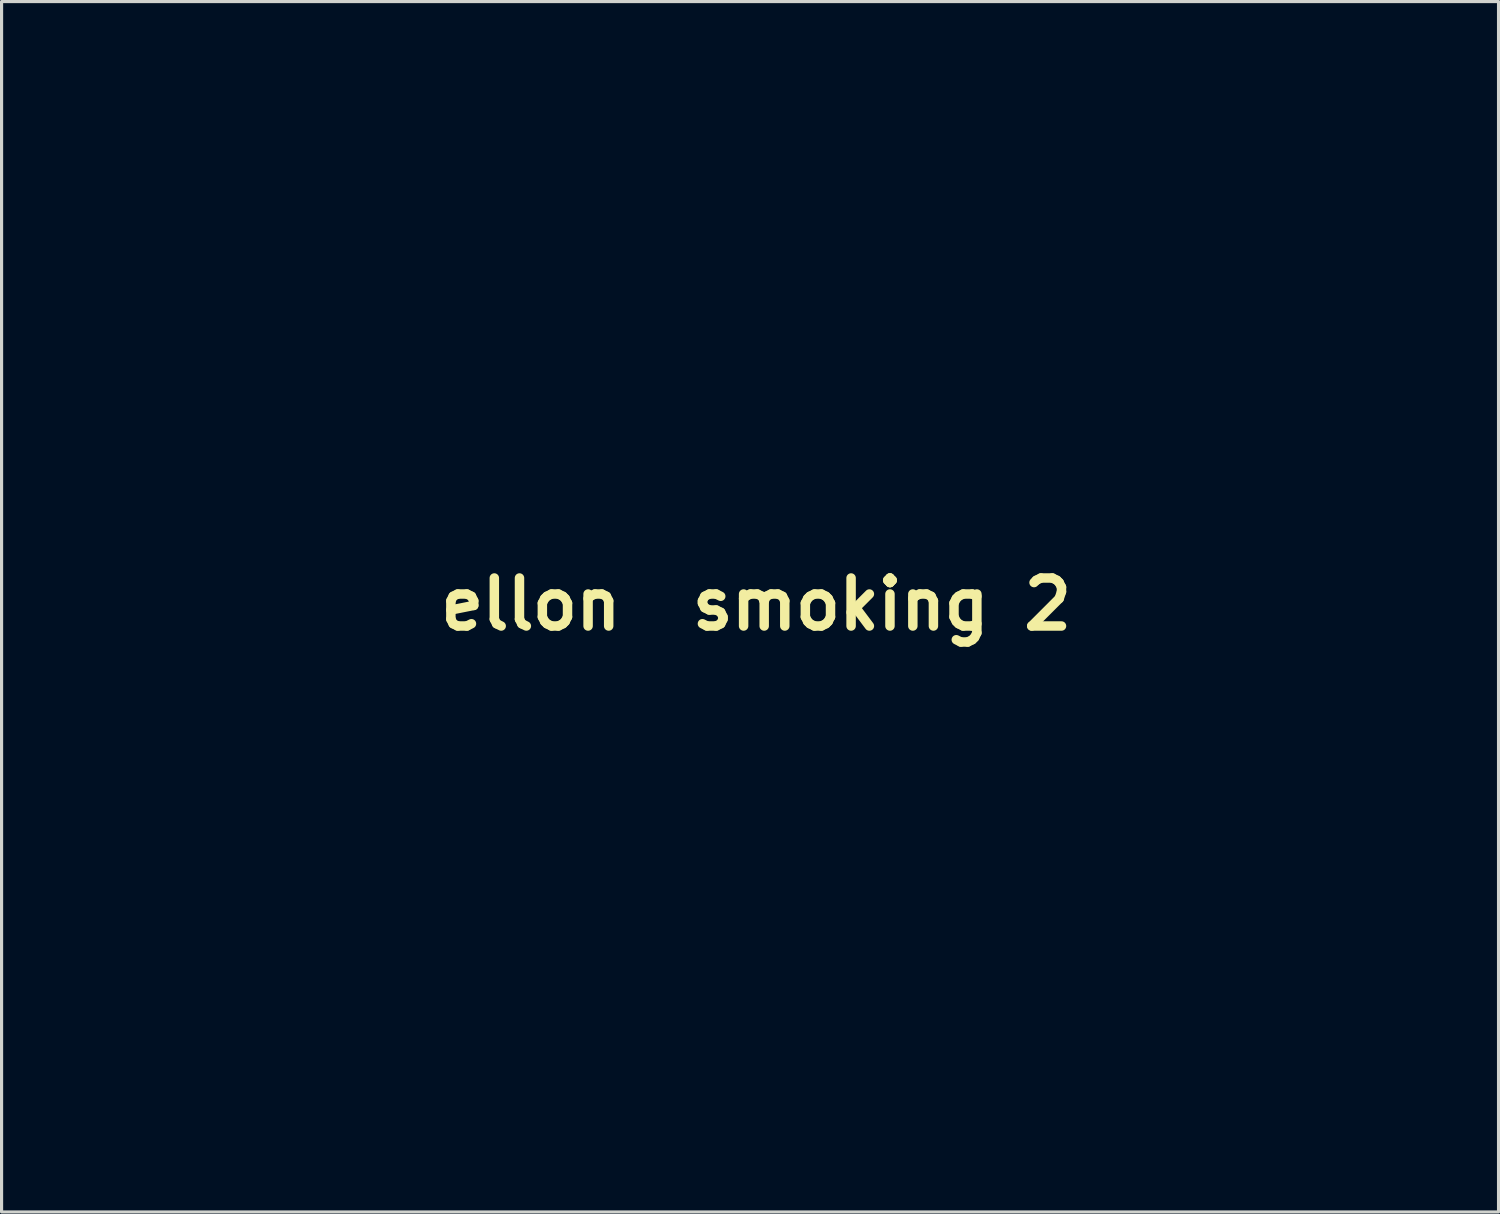
<source format=kicad_pcb>
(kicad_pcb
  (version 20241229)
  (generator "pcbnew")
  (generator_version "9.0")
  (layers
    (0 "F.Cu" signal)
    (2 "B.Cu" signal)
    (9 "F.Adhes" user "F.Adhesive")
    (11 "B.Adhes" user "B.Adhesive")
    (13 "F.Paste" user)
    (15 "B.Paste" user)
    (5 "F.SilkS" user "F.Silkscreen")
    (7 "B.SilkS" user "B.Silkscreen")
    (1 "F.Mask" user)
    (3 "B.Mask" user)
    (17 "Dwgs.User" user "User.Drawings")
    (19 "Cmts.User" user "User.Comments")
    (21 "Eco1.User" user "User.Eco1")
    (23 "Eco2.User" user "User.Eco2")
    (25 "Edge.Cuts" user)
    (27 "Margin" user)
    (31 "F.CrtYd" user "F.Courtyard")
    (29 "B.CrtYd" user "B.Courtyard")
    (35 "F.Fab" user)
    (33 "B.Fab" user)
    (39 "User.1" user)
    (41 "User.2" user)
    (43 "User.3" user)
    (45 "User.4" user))
  (footprint "ellon  smoking 2"
    (layer "F.Cu")
    (at 20.946 16.126)
    (property "Reference" "ellon  smoking 2" (at 0 0 0) (layer "F.SilkS") (effects (font (size 1.524 1.524) (thickness 0.3))))
    (attr through_hole)
    (fp_poly (pts (xy -7.408 12.044) (xy -7.429 12.065) (xy -7.451 12.044) (xy -7.429 12.023) (xy -7.408 12.044)) (stroke (width 0.01) (type solid)) (fill no) (layer "Eco2.User"))
    (fp_poly (pts (xy -6.816 14.626) (xy -6.837 14.647) (xy -6.858 14.626) (xy -6.837 14.605) (xy -6.816 14.626)) (stroke (width 0.01) (type solid)) (fill no) (layer "Eco2.User"))
    (fp_poly (pts (xy -2.794 -0.995) (xy -2.815 -0.974) (xy -2.836 -0.995) (xy -2.815 -1.016) (xy -2.794 -0.995)) (stroke (width 0.01) (type solid)) (fill no) (layer "Eco2.User"))
    (fp_poly (pts (xy -1.947 -0.402) (xy -1.968 -0.381) (xy -1.99 -0.402) (xy -1.968 -0.423) (xy -1.947 -0.402)) (stroke (width 0.01) (type solid)) (fill no) (layer "Eco2.User"))
    (fp_poly (pts (xy 0.72 2.561) (xy 0.699 2.582) (xy 0.677 2.561) (xy 0.699 2.54) (xy 0.72 2.561)) (stroke (width 0.01) (type solid)) (fill no) (layer "Eco2.User"))
    (fp_poly (pts (xy 0.762 2.731) (xy 0.741 2.752) (xy 0.72 2.731) (xy 0.741 2.709) (xy 0.762 2.731)) (stroke (width 0.01) (type solid)) (fill no) (layer "Eco2.User"))
    (fp_poly (pts (xy 4.318 12.425) (xy 4.297 12.446) (xy 4.276 12.425) (xy 4.297 12.404) (xy 4.318 12.425)) (stroke (width 0.01) (type solid)) (fill no) (layer "Eco2.User"))
    (fp_poly (pts (xy 6.181 1.503) (xy 6.16 1.524) (xy 6.138 1.503) (xy 6.16 1.482) (xy 6.181 1.503)) (stroke (width 0.01) (type solid)) (fill no) (layer "Eco2.User"))
    (fp_poly (pts (xy 6.392 0.91) (xy 6.371 0.931) (xy 6.35 0.91) (xy 6.371 0.889) (xy 6.392 0.91)) (stroke (width 0.01) (type solid)) (fill no) (layer "Eco2.User"))
    (fp_poly (pts (xy 6.519 8.911) (xy 6.498 8.932) (xy 6.477 8.911) (xy 6.498 8.89) (xy 6.519 8.911)) (stroke (width 0.01) (type solid)) (fill no) (layer "Eco2.User"))
    (fp_poly (pts (xy 2.06 -16.073) (xy 2.054 -16.047) (xy 2.032 -16.044) (xy 1.997 -16.06) (xy 2.004 -16.073) (xy 2.054 -16.078) (xy 2.06 -16.073)) (stroke (width 0.01) (type solid)) (fill no) (layer "Eco2.User"))
    (fp_poly (pts (xy 2.06 9.412) (xy 2.065 9.462) (xy 2.06 9.469) (xy 2.035 9.463) (xy 2.032 9.44) (xy 2.047 9.405) (xy 2.06 9.412)) (stroke (width 0.01) (type solid)) (fill no) (layer "Eco2.User"))
    (fp_poly (pts (xy 2.317 -16.028) (xy 2.304 -16.008) (xy 2.261 -16.005) (xy 2.216 -16.016) (xy 2.236 -16.031) (xy 2.302 -16.036) (xy 2.317 -16.028)) (stroke (width 0.01) (type solid)) (fill no) (layer "Eco2.User"))
    (fp_poly (pts (xy 2.698 8.018) (xy 2.685 8.037) (xy 2.642 8.04) (xy 2.597 8.03) (xy 2.617 8.014) (xy 2.683 8.009) (xy 2.698 8.018)) (stroke (width 0.01) (type solid)) (fill no) (layer "Eco2.User"))
    (fp_poly (pts (xy -8.953 15.356) (xy -8.959 15.388) (xy -8.989 15.444) (xy -9 15.452) (xy -9.015 15.417) (xy -9.017 15.388) (xy -8.995 15.332) (xy -8.976 15.325) (xy -8.953 15.356)) (stroke (width 0.01) (type solid)) (fill no) (layer "Eco2.User"))
    (fp_poly (pts (xy -0.868 3.075) (xy -0.823 3.104) (xy -0.854 3.138) (xy -0.938 3.172) (xy -0.99 3.14) (xy -0.993 3.136) (xy -0.993 3.085) (xy -0.937 3.063) (xy -0.868 3.075)) (stroke (width 0.01) (type solid)) (fill no) (layer "Eco2.User"))
    (fp_poly (pts (xy 6.325 1.101) (xy 6.287 1.218) (xy 6.241 1.333) (xy 6.184 1.46) (xy 6.209 1.333) (xy 6.249 1.2) (xy 6.294 1.101) (xy 6.353 0.995) (xy 6.325 1.101)) (stroke (width 0.01) (type solid)) (fill no) (layer "Eco2.User"))
    (fp_poly (pts (xy 13.441 4.995) (xy 13.444 5.066) (xy 13.429 5.087) (xy 13.377 5.103) (xy 13.356 5.08) (xy 13.353 5.01) (xy 13.368 4.988) (xy 13.42 4.973) (xy 13.441 4.995)) (stroke (width 0.01) (type solid)) (fill no) (layer "Eco2.User"))
    (fp_poly (pts (xy -3.816 -1.205) (xy -3.81 -1.166) (xy -3.843 -1.097) (xy -3.92 -1.065) (xy -4.007 -1.071) (xy -4.068 -1.121) (xy -4.075 -1.14) (xy -4.068 -1.209) (xy -3.994 -1.247) (xy -3.876 -1.254) (xy -3.816 -1.205)) (stroke (width 0.01) (type solid)) (fill no) (layer "Eco2.User"))
    (fp_poly (pts (xy 5.699 2.722) (xy 5.697 2.769) (xy 5.667 2.852) (xy 5.61 2.926) (xy 5.539 2.961) (xy 5.481 2.952) (xy 5.461 2.905) (xy 5.49 2.85) (xy 5.557 2.786) (xy 5.634 2.734) (xy 5.691 2.718) (xy 5.699 2.722)) (stroke (width 0.01) (type solid)) (fill no) (layer "Eco2.User"))
    (fp_poly (pts (xy 9.111 1.045) (xy 9.143 1.095) (xy 9.144 1.108) (xy 9.134 1.166) (xy 9.092 1.178) (xy 8.997 1.146) (xy 8.985 1.142) (xy 8.904 1.093) (xy 8.904 1.053) (xy 8.983 1.031) (xy 9.017 1.03) (xy 9.111 1.045)) (stroke (width 0.01) (type solid)) (fill no) (layer "Eco2.User"))
    (fp_poly (pts (xy 10.746 3.356) (xy 10.79 3.386) (xy 10.753 3.428) (xy 10.668 3.465) (xy 10.575 3.488) (xy 10.522 3.465) (xy 10.497 3.427) (xy 10.478 3.374) (xy 10.505 3.351) (xy 10.595 3.344) (xy 10.624 3.344) (xy 10.746 3.356)) (stroke (width 0.01) (type solid)) (fill no) (layer "Eco2.User"))
    (fp_poly (pts (xy 7.174 -10.578) (xy 7.202 -10.529) (xy 7.246 -10.433) (xy 7.259 -10.401) (xy 7.294 -10.294) (xy 7.289 -10.247) (xy 7.252 -10.268) (xy 7.207 -10.329) (xy 7.177 -10.399) (xy 7.158 -10.484) (xy 7.152 -10.555) (xy 7.164 -10.584) (xy 7.174 -10.578)) (stroke (width 0.01) (type solid)) (fill no) (layer "Eco2.User"))
    (fp_poly (pts (xy 9.678 2.826) (xy 9.694 2.929) (xy 9.694 2.942) (xy 9.681 3.052) (xy 9.637 3.09) (xy 9.631 3.09) (xy 9.584 3.058) (xy 9.567 2.956) (xy 9.567 2.942) (xy 9.581 2.833) (xy 9.625 2.794) (xy 9.631 2.794) (xy 9.678 2.826)) (stroke (width 0.01) (type solid)) (fill no) (layer "Eco2.User"))
    (fp_poly (pts (xy -20.258 16.22) (xy -20.098 16.225) (xy -20.03 16.229) (xy -20.041 16.234) (xy -20.124 16.237) (xy -20.273 16.239) (xy -20.405 16.239) (xy -20.593 16.238) (xy -20.72 16.236) (xy -20.78 16.232) (xy -20.765 16.228) (xy -20.712 16.225) (xy -20.496 16.219) (xy -20.258 16.22)) (stroke (width 0.01) (type solid)) (fill no) (layer "Eco2.User"))
    (fp_poly (pts (xy -5.884 -2.858) (xy -5.884 -2.838) (xy -5.921 -2.803) (xy -6.014 -2.764) (xy -6.132 -2.731) (xy -6.249 -2.712) (xy -6.287 -2.711) (xy -6.296 -2.723) (xy -6.239 -2.755) (xy -6.138 -2.794) (xy -6 -2.843) (xy -5.923 -2.868) (xy -5.891 -2.872) (xy -5.884 -2.858)) (stroke (width 0.01) (type solid)) (fill no) (layer "Eco2.User"))
    (fp_poly (pts (xy 0.579 2.612) (xy 0.619 2.64) (xy 0.586 2.674) (xy 0.556 2.712) (xy 0.596 2.762) (xy 0.611 2.773) (xy 0.67 2.83) (xy 0.652 2.853) (xy 0.569 2.847) (xy 0.507 2.819) (xy 0.495 2.748) (xy 0.499 2.71) (xy 0.526 2.624) (xy 0.576 2.611) (xy 0.579 2.612)) (stroke (width 0.01) (type solid)) (fill no) (layer "Eco2.User"))
    (fp_poly (pts (xy 9.195 4.664) (xy 9.209 4.668) (xy 9.306 4.72) (xy 9.383 4.797) (xy 9.421 4.876) (xy 9.409 4.928) (xy 9.354 4.944) (xy 9.247 4.952) (xy 9.113 4.953) (xy 8.978 4.947) (xy 8.869 4.936) (xy 8.809 4.919) (xy 8.805 4.913) (xy 8.834 4.861) (xy 8.905 4.781) (xy 8.938 4.749) (xy 9.03 4.672) (xy 9.103 4.647) (xy 9.195 4.664)) (stroke (width 0.01) (type solid)) (fill no) (layer "Eco2.User"))
    (fp_poly (pts (xy -5.67 -0.543) (xy -5.646 -0.51) (xy -5.636 -0.434) (xy -5.636 -0.297) (xy -5.638 -0.222) (xy -5.638 -0.027) (xy -5.628 0.169) (xy -5.612 0.321) (xy -5.595 0.449) (xy -5.602 0.524) (xy -5.645 0.576) (xy -5.725 0.628) (xy -5.85 0.697) (xy -5.927 0.708) (xy -5.976 0.655) (xy -6.014 0.54) (xy -6.045 0.286) (xy -6.016 0.007) (xy -5.93 -0.267) (xy -5.905 -0.322) (xy -5.822 -0.469) (xy -5.75 -0.54) (xy -5.711 -0.55) (xy -5.67 -0.543)) (stroke (width 0.01) (type solid)) (fill no) (layer "Eco2.User"))
    (fp_poly (pts (xy 0.746 -1.415) (xy 0.909 -1.346) (xy 1.042 -1.269) (xy 1.095 -1.201) (xy 1.075 -1.135) (xy 1.048 -1.109) (xy 0.976 -1.091) (xy 0.92 -1.12) (xy 0.855 -1.15) (xy 0.775 -1.137) (xy 0.7 -1.106) (xy 0.573 -1.027) (xy 0.528 -0.947) (xy 0.562 -0.858) (xy 0.577 -0.841) (xy 0.614 -0.781) (xy 0.588 -0.762) (xy 0.512 -0.783) (xy 0.414 -0.836) (xy 0.305 -0.923) (xy 0.277 -1.005) (xy 0.326 -1.092) (xy 0.329 -1.095) (xy 0.401 -1.187) (xy 0.473 -1.302) (xy 0.474 -1.306) (xy 0.542 -1.398) (xy 0.627 -1.434) (xy 0.746 -1.415)) (stroke (width 0.01) (type solid)) (fill no) (layer "Eco2.User"))
    (fp_poly (pts (xy 5.529 10.869) (xy 5.566 10.95) (xy 5.579 11.053) (xy 5.592 11.247) (xy 5.309 11.413) (xy 5.051 11.578) (xy 4.864 11.737) (xy 4.733 11.903) (xy 4.647 12.09) (xy 4.629 12.149) (xy 4.575 12.308) (xy 4.518 12.386) (xy 4.445 12.386) (xy 4.345 12.312) (xy 4.283 12.251) (xy 4.143 12.104) (xy 4.185 11.757) (xy 4.209 11.581) (xy 4.236 11.464) (xy 4.275 11.382) (xy 4.337 11.31) (xy 4.378 11.272) (xy 4.493 11.182) (xy 4.603 11.142) (xy 4.729 11.134) (xy 4.873 11.12) (xy 5.012 11.073) (xy 5.175 10.983) (xy 5.343 10.887) (xy 5.458 10.849) (xy 5.529 10.869)) (stroke (width 0.01) (type solid)) (fill no) (layer "Eco2.User"))
    (fp_poly (pts (xy -3.803 -0.402) (xy -3.568 -0.357) (xy -3.556 -0.355) (xy -3.377 -0.311) (xy -3.195 -0.255) (xy -3.028 -0.193) (xy -2.895 -0.133) (xy -2.813 -0.082) (xy -2.796 -0.055) (xy -2.838 0.014) (xy -2.94 0.088) (xy -3.079 0.154) (xy -3.232 0.2) (xy -3.281 0.208) (xy -3.436 0.233) (xy -3.519 0.259) (xy -3.545 0.297) (xy -3.527 0.356) (xy -3.519 0.371) (xy -3.485 0.493) (xy -3.528 0.583) (xy -3.649 0.641) (xy -3.719 0.654) (xy -3.87 0.675) (xy -4.009 0.695) (xy -4.043 0.699) (xy -4.167 0.7) (xy -4.261 0.679) (xy -4.343 0.633) (xy -4.376 0.601) (xy -4.421 0.564) (xy -4.523 0.496) (xy -4.666 0.407) (xy -4.786 0.335) (xy -4.951 0.233) (xy -5.089 0.139) (xy -5.184 0.063) (xy -5.214 0.029) (xy -5.235 -0.028) (xy -5.196 -0.031) (xy -5.171 -0.023) (xy -5.087 -0.029) (xy -4.936 -0.082) (xy -4.719 -0.182) (xy -4.649 -0.217) (xy -4.44 -0.319) (xy -4.276 -0.385) (xy -4.132 -0.419) (xy -3.983 -0.423) (xy -3.803 -0.402)) (stroke (width 0.01) (type solid)) (fill no) (layer "Eco2.User"))
    (fp_poly (pts (xy 9.055 7.676) (xy 9.148 7.703) (xy 9.292 7.754) (xy 9.499 7.831) (xy 9.606 7.871) (xy 9.857 7.97) (xy 10.046 8.054) (xy 10.192 8.134) (xy 10.314 8.219) (xy 10.384 8.278) (xy 10.549 8.407) (xy 10.743 8.534) (xy 10.877 8.609) (xy 11.022 8.689) (xy 11.141 8.772) (xy 11.209 8.837) (xy 11.243 8.898) (xy 11.23 8.925) (xy 11.154 8.932) (xy 11.101 8.932) (xy 10.989 8.943) (xy 10.9 8.985) (xy 10.802 9.077) (xy 10.779 9.102) (xy 10.681 9.226) (xy 10.635 9.335) (xy 10.626 9.442) (xy 10.635 9.574) (xy 10.67 9.703) (xy 10.737 9.845) (xy 10.845 10.017) (xy 11.001 10.235) (xy 11.007 10.243) (xy 11.129 10.414) (xy 11.241 10.584) (xy 11.325 10.726) (xy 11.355 10.786) (xy 11.402 10.899) (xy 11.415 10.962) (xy 11.393 11.003) (xy 11.359 11.03) (xy 11.226 11.114) (xy 11.038 11.212) (xy 10.82 11.31) (xy 10.6 11.4) (xy 10.402 11.467) (xy 10.297 11.495) (xy 10.087 11.537) (xy 9.948 11.555) (xy 9.869 11.55) (xy 9.838 11.52) (xy 9.844 11.466) (xy 9.857 11.427) (xy 9.859 11.403) (xy 9.835 11.391) (xy 9.774 11.393) (xy 9.662 11.408) (xy 9.486 11.436) (xy 9.363 11.456) (xy 9.25 11.465) (xy 9.201 11.443) (xy 9.196 11.424) (xy 9.18 11.362) (xy 9.141 11.24) (xy 9.086 11.078) (xy 9.04 10.95) (xy 8.941 10.636) (xy 8.891 10.371) (xy 8.89 10.133) (xy 8.939 9.902) (xy 9.038 9.658) (xy 9.038 9.657) (xy 9.125 9.455) (xy 9.2 9.239) (xy 9.259 9.027) (xy 9.3 8.834) (xy 9.318 8.674) (xy 9.311 8.564) (xy 9.281 8.519) (xy 9.183 8.473) (xy 9.134 8.405) (xy 9.126 8.294) (xy 9.146 8.149) (xy 9.174 8) (xy 9.199 7.878) (xy 9.213 7.821) (xy 9.211 7.768) (xy 9.152 7.749) (xy 9.105 7.747) (xy 9.014 7.735) (xy 8.975 7.706) (xy 8.975 7.705) (xy 8.98 7.68) (xy 9.003 7.669) (xy 9.055 7.676)) (stroke (width 0.01) (type solid)) (fill no) (layer "Eco2.User"))
    (fp_poly (pts (xy -0.148 -16.115) (xy 0.477 -16.091) (xy 1.051 -16.052) (xy 1.569 -16) (xy 2.022 -15.935) (xy 2.406 -15.858) (xy 2.714 -15.77) (xy 2.766 -15.751) (xy 2.849 -15.726) (xy 2.872 -15.741) (xy 2.869 -15.758) (xy 2.822 -15.8) (xy 2.72 -15.856) (xy 2.6 -15.907) (xy 2.349 -16.003) (xy 2.538 -15.976) (xy 2.792 -15.924) (xy 3.044 -15.836) (xy 3.302 -15.707) (xy 3.575 -15.531) (xy 3.871 -15.303) (xy 4.2 -15.018) (xy 4.551 -14.687) (xy 4.757 -14.489) (xy 4.923 -14.34) (xy 5.068 -14.23) (xy 5.211 -14.149) (xy 5.373 -14.086) (xy 5.572 -14.031) (xy 5.827 -13.973) (xy 5.927 -13.952) (xy 6.259 -13.876) (xy 6.517 -13.806) (xy 6.708 -13.74) (xy 6.841 -13.675) (xy 6.844 -13.673) (xy 6.895 -13.653) (xy 6.957 -13.664) (xy 7.048 -13.711) (xy 7.186 -13.803) (xy 7.198 -13.812) (xy 7.584 -14.049) (xy 8.009 -14.256) (xy 8.449 -14.422) (xy 8.875 -14.537) (xy 9.056 -14.569) (xy 9.153 -14.589) (xy 10.201 -14.589) (xy 10.258 -14.571) (xy 10.319 -14.578) (xy 10.691 -14.652) (xy 11.003 -14.699) (xy 11.276 -14.719) (xy 11.529 -14.714) (xy 11.716 -14.697) (xy 11.938 -14.664) (xy 12.17 -14.622) (xy 12.371 -14.579) (xy 12.425 -14.565) (xy 12.611 -14.517) (xy 12.73 -14.49) (xy 12.796 -14.485) (xy 12.823 -14.498) (xy 12.827 -14.515) (xy 12.79 -14.551) (xy 12.692 -14.602) (xy 12.553 -14.66) (xy 12.393 -14.717) (xy 12.234 -14.765) (xy 12.213 -14.771) (xy 11.945 -14.817) (xy 11.621 -14.839) (xy 11.267 -14.839) (xy 10.909 -14.815) (xy 10.571 -14.77) (xy 10.361 -14.726) (xy 10.257 -14.684) (xy 10.202 -14.632) (xy 10.201 -14.589) (xy 9.153 -14.589) (xy 9.24 -14.606) (xy 9.466 -14.666) (xy 9.697 -14.738) (xy 9.8 -14.775) (xy 10.201 -14.913) (xy 10.565 -15.007) (xy 10.923 -15.063) (xy 11.306 -15.087) (xy 11.493 -15.089) (xy 11.857 -15.077) (xy 12.159 -15.044) (xy 12.425 -14.984) (xy 12.675 -14.893) (xy 12.798 -14.836) (xy 12.912 -14.764) (xy 13.066 -14.646) (xy 13.247 -14.494) (xy 13.439 -14.321) (xy 13.628 -14.141) (xy 13.802 -13.967) (xy 13.944 -13.813) (xy 14.042 -13.691) (xy 14.071 -13.644) (xy 14.112 -13.518) (xy 14.137 -13.36) (xy 14.139 -13.294) (xy 14.133 -13.163) (xy 14.103 -13.067) (xy 14.036 -12.969) (xy 13.966 -12.891) (xy 13.86 -12.785) (xy 13.748 -12.692) (xy 13.615 -12.607) (xy 13.449 -12.52) (xy 13.235 -12.426) (xy 12.96 -12.315) (xy 12.827 -12.264) (xy 12.59 -12.175) (xy 12.372 -12.096) (xy 12.163 -12.026) (xy 11.95 -11.959) (xy 11.721 -11.895) (xy 11.465 -11.828) (xy 11.169 -11.756) (xy 10.823 -11.675) (xy 10.413 -11.583) (xy 10.097 -11.512) (xy 9.769 -11.439) (xy 9.468 -11.37) (xy 9.204 -11.308) (xy 8.985 -11.256) (xy 8.823 -11.214) (xy 8.728 -11.187) (xy 8.706 -11.178) (xy 8.709 -11.129) (xy 8.737 -11.014) (xy 8.788 -10.845) (xy 8.856 -10.636) (xy 8.939 -10.399) (xy 8.943 -10.387) (xy 9.215 -9.631) (xy 9.359 -9.641) (xy 9.443 -9.647) (xy 9.597 -9.657) (xy 9.806 -9.671) (xy 10.057 -9.687) (xy 10.334 -9.705) (xy 10.456 -9.713) (xy 11.409 -9.775) (xy 11.486 -9.81) (xy 12.15 -9.81) (xy 12.19 -9.792) (xy 12.306 -9.787) (xy 12.489 -9.796) (xy 12.52 -9.799) (xy 12.688 -9.818) (xy 12.862 -9.85) (xy 13.062 -9.9) (xy 13.24 -9.952) (xy 14.042 -9.952) (xy 14.047 -9.932) (xy 14.115 -9.917) (xy 14.253 -9.908) (xy 14.466 -9.902) (xy 14.544 -9.902) (xy 14.797 -9.897) (xy 15.063 -9.888) (xy 15.308 -9.877) (xy 15.473 -9.866) (xy 15.655 -9.851) (xy 15.814 -9.838) (xy 15.925 -9.83) (xy 15.949 -9.828) (xy 16.023 -9.835) (xy 16.044 -9.855) (xy 16.006 -9.878) (xy 15.902 -9.912) (xy 15.751 -9.952) (xy 15.571 -9.995) (xy 15.38 -10.037) (xy 15.196 -10.072) (xy 15.037 -10.097) (xy 14.999 -10.101) (xy 14.866 -10.105) (xy 14.694 -10.093) (xy 14.505 -10.07) (xy 14.322 -10.039) (xy 14.168 -10.004) (xy 14.065 -9.968) (xy 14.042 -9.952) (xy 13.24 -9.952) (xy 13.304 -9.972) (xy 13.605 -10.07) (xy 13.646 -10.084) (xy 14.04 -10.21) (xy 14.373 -10.299) (xy 14.659 -10.353) (xy 14.911 -10.373) (xy 15.143 -10.363) (xy 15.326 -10.334) (xy 15.591 -10.268) (xy 15.907 -10.172) (xy 16.249 -10.054) (xy 16.592 -9.924) (xy 16.913 -9.789) (xy 16.976 -9.761) (xy 17.162 -9.679) (xy 17.321 -9.615) (xy 17.437 -9.575) (xy 17.493 -9.566) (xy 17.495 -9.567) (xy 17.495 -9.616) (xy 17.462 -9.72) (xy 17.405 -9.858) (xy 17.393 -9.885) (xy 17.242 -10.15) (xy 17.061 -10.357) (xy 16.837 -10.514) (xy 16.557 -10.628) (xy 16.211 -10.707) (xy 16.16 -10.715) (xy 15.84 -10.742) (xy 15.458 -10.735) (xy 15.026 -10.695) (xy 14.559 -10.625) (xy 14.07 -10.526) (xy 13.574 -10.399) (xy 13.498 -10.378) (xy 13.3 -10.316) (xy 13.081 -10.239) (xy 12.857 -10.154) (xy 12.641 -10.066) (xy 12.449 -9.982) (xy 12.293 -9.907) (xy 12.188 -9.848) (xy 12.15 -9.811) (xy 12.15 -9.81) (xy 11.486 -9.81) (xy 12.002 -10.048) (xy 12.475 -10.257) (xy 12.923 -10.432) (xy 13.379 -10.585) (xy 13.876 -10.727) (xy 14.061 -10.776) (xy 14.312 -10.838) (xy 14.518 -10.882) (xy 14.705 -10.912) (xy 14.902 -10.932) (xy 15.136 -10.945) (xy 15.346 -10.952) (xy 15.728 -10.957) (xy 16.044 -10.944) (xy 16.314 -10.91) (xy 16.556 -10.852) (xy 16.787 -10.767) (xy 16.974 -10.68) (xy 17.193 -10.552) (xy 17.361 -10.41) (xy 17.492 -10.236) (xy 17.601 -10.009) (xy 17.675 -9.802) (xy 17.736 -9.621) (xy 17.788 -9.501) (xy 17.842 -9.421) (xy 17.912 -9.36) (xy 17.968 -9.323) (xy 18.137 -9.209) (xy 18.35 -9.055) (xy 18.584 -8.878) (xy 18.818 -8.693) (xy 19.033 -8.517) (xy 19.206 -8.367) (xy 19.223 -8.352) (xy 19.627 -7.93) (xy 19.969 -7.473) (xy 20.239 -6.993) (xy 20.379 -6.654) (xy 20.502 -6.227) (xy 20.552 -5.827) (xy 20.529 -5.444) (xy 20.43 -5.064) (xy 20.254 -4.677) (xy 20.064 -4.364) (xy 19.729 -3.934) (xy 19.323 -3.537) (xy 18.859 -3.182) (xy 18.347 -2.877) (xy 18.038 -2.729) (xy 17.787 -2.622) (xy 17.575 -2.54) (xy 17.377 -2.475) (xy 17.17 -2.42) (xy 16.93 -2.369) (xy 16.632 -2.314) (xy 16.595 -2.308) (xy 16.087 -2.229) (xy 15.638 -2.183) (xy 15.227 -2.167) (xy 14.835 -2.182) (xy 14.511 -2.217) (xy 14.245 -2.253) (xy 13.947 -2.292) (xy 13.661 -2.328) (xy 13.504 -2.348) (xy 13.208 -2.396) (xy 12.849 -2.473) (xy 12.441 -2.574) (xy 12.001 -2.694) (xy 11.543 -2.83) (xy 11.081 -2.977) (xy 10.632 -3.129) (xy 10.209 -3.284) (xy 9.829 -3.435) (xy 9.663 -3.506) (xy 9.186 -3.718) (xy 9.186 -3.542) (xy 9.176 -3.365) (xy 9.149 -3.145) (xy 9.111 -2.922) (xy 9.08 -2.784) (xy 9.066 -2.725) (xy 9.071 -2.685) (xy 9.108 -2.657) (xy 9.191 -2.632) (xy 9.335 -2.605) (xy 9.461 -2.582) (xy 9.758 -2.517) (xy 10.084 -2.423) (xy 10.413 -2.311) (xy 10.714 -2.19) (xy 10.96 -2.07) (xy 11.327 -1.82) (xy 11.642 -1.509) (xy 11.904 -1.136) (xy 12.115 -0.698) (xy 12.275 -0.195) (xy 12.385 0.376) (xy 12.402 0.507) (xy 12.427 0.788) (xy 12.439 1.099) (xy 12.438 1.418) (xy 12.425 1.727) (xy 12.4 2.004) (xy 12.366 2.229) (xy 12.341 2.327) (xy 12.356 2.367) (xy 12.424 2.427) (xy 12.554 2.51) (xy 12.751 2.621) (xy 12.836 2.667) (xy 13.099 2.81) (xy 13.316 2.935) (xy 13.507 3.054) (xy 13.689 3.18) (xy 13.88 3.326) (xy 14.1 3.505) (xy 14.333 3.701) (xy 14.562 3.893) (xy 14.814 4.1) (xy 15.062 4.301) (xy 15.282 4.475) (xy 15.349 4.526) (xy 15.509 4.658) (xy 15.713 4.839) (xy 15.95 5.058) (xy 16.21 5.304) (xy 16.482 5.568) (xy 16.754 5.838) (xy 17.016 6.103) (xy 17.257 6.353) (xy 17.467 6.577) (xy 17.635 6.765) (xy 17.739 6.893) (xy 17.877 7.05) (xy 18.048 7.209) (xy 18.188 7.318) (xy 18.484 7.533) (xy 18.708 7.729) (xy 18.871 7.916) (xy 18.98 8.106) (xy 19.044 8.311) (xy 19.066 8.458) (xy 19.092 8.615) (xy 19.145 8.804) (xy 19.231 9.039) (xy 19.349 9.326) (xy 19.493 9.663) (xy 19.608 9.941) (xy 19.7 10.175) (xy 19.775 10.382) (xy 19.841 10.58) (xy 19.902 10.785) (xy 19.935 10.901) (xy 20.052 11.324) (xy 20.041 13.682) (xy 20.038 14.214) (xy 20.035 14.667) (xy 20.031 15.046) (xy 20.026 15.359) (xy 20.02 15.611) (xy 20.013 15.808) (xy 20.005 15.956) (xy 19.995 16.061) (xy 19.983 16.129) (xy 19.973 16.159) (xy 19.917 16.277) (xy 0.063 16.277) (xy -19.791 16.277) (xy -0.258 16.256) (xy 1.343 16.254) (xy 2.861 16.253) (xy 4.298 16.251) (xy 5.656 16.249) (xy 6.936 16.247) (xy 8.141 16.245) (xy 9.272 16.243) (xy 10.332 16.241) (xy 11.322 16.239) (xy 12.243 16.237) (xy 13.099 16.235) (xy 13.89 16.233) (xy 14.618 16.231) (xy 15.286 16.228) (xy 15.895 16.226) (xy 16.446 16.223) (xy 16.943 16.221) (xy 17.386 16.218) (xy 17.778 16.215) (xy 18.121 16.212) (xy 18.415 16.209) (xy 18.663 16.206) (xy 18.868 16.202) (xy 19.03 16.199) (xy 19.152 16.195) (xy 19.235 16.191) (xy 19.281 16.187) (xy 19.293 16.184) (xy 19.277 16.18) (xy 19.227 16.176) (xy 19.14 16.172) (xy 19.014 16.168) (xy 18.848 16.165) (xy 18.639 16.162) (xy 18.387 16.158) (xy 18.088 16.156) (xy 17.742 16.153) (xy 17.347 16.15) (xy 16.9 16.148) (xy 16.399 16.145) (xy 15.844 16.143) (xy 15.232 16.141) (xy 14.562 16.139) (xy 13.831 16.137) (xy 13.037 16.135) (xy 12.18 16.133) (xy 11.256 16.132) (xy 10.265 16.13) (xy 9.204 16.129) (xy 8.072 16.127) (xy 6.867 16.126) (xy 5.586 16.125) (xy 4.229 16.124) (xy 2.793 16.123) (xy 1.276 16.121) (xy -0.323 16.12) (xy -0.782 16.12) (xy -2.351 16.119) (xy -3.837 16.118) (xy -5.244 16.117) (xy -6.572 16.116) (xy -7.824 16.115) (xy -9.002 16.114) (xy -10.109 16.113) (xy -11.147 16.112) (xy -12.117 16.111) (xy -13.022 16.11) (xy -13.864 16.108) (xy -14.646 16.107) (xy -15.369 16.105) (xy -16.036 16.104) (xy -16.649 16.102) (xy -17.21 16.1) (xy -17.721 16.098) (xy -18.185 16.096) (xy -18.603 16.094) (xy -18.978 16.092) (xy -19.312 16.089) (xy -19.607 16.087) (xy -19.866 16.084) (xy -20.09 16.081) (xy -20.281 16.078) (xy -20.443 16.075) (xy -20.577 16.071) (xy -20.685 16.067) (xy -20.769 16.063) (xy -20.832 16.059) (xy -20.876 16.055) (xy -20.903 16.05) (xy -20.915 16.045) (xy -20.915 16.044) (xy -20.933 16.009) (xy -20.934 16.005) (xy -0.56 16.005) (xy -0.062 15.993) (xy 0.436 15.981) (xy 0.45 15.949) (xy 1.566 15.949) (xy 1.592 15.975) (xy 1.674 15.991) (xy 1.823 16) (xy 2.006 16.002) (xy 2.204 16.001) (xy 2.335 15.995) (xy 2.416 15.982) (xy 2.466 15.956) (xy 2.503 15.914) (xy 2.517 15.894) (xy 2.537 15.844) (xy 2.667 15.844) (xy 2.692 15.933) (xy 2.741 15.973) (xy 2.841 15.988) (xy 2.979 15.995) (xy 3.13 15.996) (xy 3.269 15.99) (xy 3.37 15.978) (xy 3.406 15.963) (xy 3.399 15.906) (xy 3.366 15.86) (xy 3.291 15.811) (xy 3.165 15.751) (xy 3.019 15.691) (xy 2.882 15.643) (xy 2.784 15.621) (xy 2.776 15.621) (xy 2.712 15.656) (xy 2.675 15.741) (xy 2.667 15.844) (xy 2.537 15.844) (xy 2.565 15.776) (xy 2.574 15.671) (xy 2.553 15.598) (xy 2.494 15.545) (xy 2.377 15.496) (xy 2.349 15.486) (xy 2.223 15.447) (xy 2.15 15.438) (xy 2.106 15.458) (xy 2.089 15.478) (xy 2.048 15.516) (xy 2.02 15.48) (xy 2.012 15.455) (xy 1.961 15.371) (xy 1.892 15.366) (xy 1.809 15.436) (xy 1.719 15.577) (xy 1.692 15.632) (xy 1.629 15.772) (xy 1.584 15.886) (xy 1.566 15.949) (xy 0.45 15.949) (xy 0.58 15.644) (xy 0.651 15.462) (xy 0.71 15.285) (xy 0.746 15.143) (xy 0.749 15.12) (xy 0.775 14.933) (xy 0.625 14.95) (xy 0.522 14.952) (xy 0.492 14.926) (xy 0.493 14.922) (xy 0.468 14.884) (xy 0.384 14.837) (xy 0.267 14.791) (xy 0.142 14.755) (xy 0.033 14.738) (xy -0.007 14.739) (xy -0.1 14.792) (xy -0.194 14.914) (xy -0.198 14.922) (xy -0.258 15.049) (xy -0.329 15.232) (xy -0.403 15.445) (xy -0.472 15.663) (xy -0.526 15.861) (xy -0.533 15.887) (xy -0.56 16.005) (xy -20.934 16.005) (xy -20.941 15.964) (xy -20.939 15.949) (xy -20.817 15.949) (xy -20.806 15.963) (xy -20.756 15.975) (xy -20.662 15.984) (xy -20.516 15.991) (xy -20.312 15.996) (xy -20.043 15.999) (xy -19.704 16.001) (xy -19.286 16.002) (xy -19.253 16.002) (xy -17.67 16.002) (xy -17.537 15.864) (xy -17.443 15.741) (xy -17.378 15.587) (xy -17.343 15.415) (xy -14.774 15.415) (xy -14.767 15.59) (xy -14.741 15.684) (xy -14.69 15.702) (xy -14.609 15.645) (xy -14.524 15.556) (xy -14.39 15.367) (xy -14.252 15.114) (xy -14.12 14.816) (xy -13.998 14.491) (xy -13.908 14.203) (xy -9.882 14.203) (xy -9.881 14.418) (xy -9.873 14.572) (xy -9.855 14.69) (xy -9.821 14.796) (xy -9.773 14.906) (xy -9.616 15.154) (xy -9.4 15.343) (xy -9.179 15.457) (xy -9.011 15.518) (xy -8.9 15.533) (xy -8.831 15.498) (xy -8.786 15.41) (xy -8.771 15.356) (xy -8.735 15.191) (xy -8.705 15.015) (xy -8.701 14.986) (xy -8.691 14.863) (xy -8.713 14.785) (xy -8.78 14.714) (xy -8.822 14.68) (xy -8.967 14.514) (xy -9.043 14.303) (xy -9.052 14.054) (xy -8.992 13.773) (xy -8.879 13.495) (xy -8.777 13.316) (xy -8.655 13.14) (xy -8.539 13.004) (xy -8.536 13.001) (xy -8.425 12.902) (xy -8.315 12.832) (xy -8.179 12.776) (xy -7.987 12.72) (xy -7.987 12.719) (xy -7.627 12.624) (xy -7.518 12.876) (xy -7.421 13.204) (xy -7.406 13.548) (xy -7.474 13.904) (xy -7.624 14.272) (xy -7.715 14.434) (xy -7.808 14.572) (xy -7.912 14.675) (xy -8.054 14.77) (xy -8.14 14.818) (xy -8.3 14.912) (xy -8.447 15.009) (xy -8.551 15.091) (xy -8.553 15.094) (xy -8.657 15.232) (xy -8.734 15.404) (xy -8.763 15.563) (xy -8.724 15.621) (xy -8.621 15.666) (xy -8.473 15.694) (xy -8.3 15.7) (xy -8.266 15.698) (xy -7.95 15.634) (xy -7.642 15.492) (xy -7.351 15.281) (xy -7.09 15.007) (xy -6.996 14.88) (xy -6.918 14.771) (xy -6.878 14.729) (xy -6.869 14.747) (xy -6.876 14.787) (xy -6.903 14.922) (xy -6.933 15.104) (xy -6.964 15.309) (xy -6.992 15.514) (xy -7.013 15.695) (xy -7.026 15.827) (xy -7.027 15.864) (xy -7.027 16.002) (xy -6.564 16.002) (xy -6.324 15.997) (xy -6.161 15.984) (xy -6.099 15.967) (xy -5.224 15.967) (xy -5.174 15.985) (xy -5.066 15.996) (xy -4.923 16.002) (xy -4.766 16.001) (xy -4.62 15.994) (xy -4.506 15.982) (xy -4.448 15.965) (xy -4.445 15.959) (xy -4.472 15.907) (xy -4.535 15.826) (xy -3.887 15.826) (xy -3.863 15.899) (xy -3.803 15.947) (xy -3.686 15.98) (xy -3.585 15.997) (xy -3.55 15.965) (xy -3.535 15.938) (xy -3.217 15.938) (xy -3.183 15.995) (xy -3.154 16.002) (xy -3.098 15.968) (xy -3.09 15.938) (xy -3.124 15.882) (xy -3.154 15.875) (xy -3.21 15.909) (xy -3.217 15.938) (xy -3.535 15.938) (xy -3.498 15.877) (xy -3.467 15.812) (xy -3.407 15.701) (xy -3.35 15.632) (xy -3.325 15.621) (xy -3.276 15.587) (xy -3.205 15.497) (xy -3.138 15.391) (xy -3.05 15.254) (xy -2.926 15.084) (xy -2.787 14.909) (xy -2.746 14.861) (xy -2.455 14.861) (xy -2.418 14.889) (xy -2.305 14.886) (xy -2.275 14.882) (xy -2.087 14.851) (xy -1.965 14.824) (xy -1.892 14.795) (xy -1.85 14.756) (xy -1.829 14.719) (xy -1.795 14.655) (xy -1.783 14.67) (xy -1.78 14.732) (xy -1.766 14.822) (xy -1.731 14.964) (xy -1.683 15.131) (xy -1.672 15.168) (xy -1.621 15.344) (xy -1.584 15.508) (xy -1.567 15.63) (xy -1.566 15.644) (xy -1.537 15.783) (xy -1.462 15.894) (xy -1.36 15.955) (xy -1.323 15.959) (xy -1.244 15.953) (xy -1.111 15.937) (xy -0.974 15.918) (xy -0.788 15.88) (xy -0.672 15.829) (xy -0.646 15.805) (xy -0.603 15.686) (xy -0.597 15.521) (xy -0.627 15.338) (xy -0.691 15.166) (xy -0.695 15.158) (xy -0.766 15.043) (xy -0.872 14.896) (xy -1.002 14.733) (xy -1.142 14.566) (xy -1.281 14.41) (xy -1.407 14.278) (xy -1.508 14.184) (xy -1.572 14.142) (xy -1.578 14.141) (xy -1.668 14.117) (xy -1.76 14.07) (xy -1.839 14.026) (xy -1.88 14.017) (xy -1.88 14.017) (xy -2.065 14.23) (xy -2.224 14.433) (xy -2.347 14.615) (xy -2.427 14.762) (xy -2.455 14.861) (xy -2.746 14.861) (xy -2.728 14.84) (xy -2.594 14.678) (xy -2.462 14.504) (xy -2.341 14.333) (xy -2.243 14.182) (xy -2.179 14.065) (xy -2.159 14.004) (xy -2.196 13.974) (xy -2.297 13.97) (xy -2.445 13.989) (xy -2.624 14.03) (xy -2.807 14.086) (xy -2.985 14.156) (xy -3.124 14.232) (xy -3.239 14.331) (xy -3.346 14.468) (xy -3.463 14.659) (xy -3.527 14.774) (xy -3.624 14.969) (xy -3.714 15.184) (xy -3.793 15.4) (xy -3.851 15.595) (xy -3.884 15.751) (xy -3.887 15.826) (xy -4.535 15.826) (xy -4.541 15.817) (xy -4.604 15.748) (xy -4.721 15.638) (xy -4.809 15.583) (xy -4.86 15.589) (xy -4.868 15.622) (xy -4.9 15.668) (xy -4.983 15.742) (xy -5.057 15.798) (xy -5.157 15.877) (xy -5.216 15.941) (xy -5.224 15.967) (xy -6.099 15.967) (xy -6.079 15.961) (xy -6.071 15.953) (xy -6.081 15.897) (xy -6.151 15.825) (xy -6.158 15.819) (xy -6.292 15.67) (xy -6.371 15.461) (xy -6.392 15.242) (xy -6.367 15.033) (xy -6.298 14.785) (xy -6.197 14.522) (xy -6.074 14.272) (xy -5.941 14.059) (xy -5.836 13.935) (xy -5.686 13.827) (xy -5.489 13.739) (xy -5.284 13.684) (xy -5.172 13.674) (xy -5.068 13.645) (xy -5.012 13.6) (xy -4.974 13.558) (xy -4.958 13.581) (xy -4.954 13.66) (xy -4.927 13.782) (xy -4.836 13.878) (xy -4.83 13.883) (xy -4.71 14.006) (xy -4.609 14.178) (xy -4.544 14.361) (xy -4.53 14.472) (xy -4.489 14.629) (xy -4.425 14.713) (xy -4.365 14.767) (xy -4.303 14.795) (xy -4.215 14.804) (xy -4.075 14.796) (xy -4.013 14.791) (xy -3.854 14.771) (xy -3.726 14.745) (xy -3.655 14.718) (xy -3.653 14.716) (xy -3.62 14.65) (xy -3.589 14.53) (xy -3.573 14.427) (xy -3.562 14.275) (xy -3.576 14.157) (xy -3.622 14.028) (xy -3.661 13.947) (xy -3.719 13.849) (xy 4.97 13.849) (xy 5.009 13.987) (xy 5.091 14.194) (xy 5.13 14.283) (xy 5.213 14.506) (xy 5.24 14.669) (xy 5.238 14.706) (xy 5.238 14.869) (xy 5.289 14.984) (xy 5.385 15.038) (xy 5.477 15.044) (xy 5.548 15.019) (xy 5.614 14.95) (xy 5.689 14.823) (xy 5.738 14.728) (xy 5.827 14.532) (xy 5.873 14.385) (xy 5.877 14.293) (xy 5.839 14.261) (xy 5.761 14.295) (xy 5.69 14.355) (xy 5.595 14.444) (xy 5.538 14.243) (xy 5.489 14.109) (xy 5.413 14.008) (xy 5.288 13.908) (xy 5.276 13.9) (xy 5.127 13.805) (xy 5.028 13.762) (xy 4.976 13.775) (xy 4.97 13.849) (xy -3.719 13.849) (xy -3.769 13.764) (xy -3.91 13.579) (xy -4.072 13.403) (xy -4.243 13.246) (xy -4.409 13.12) (xy -4.558 13.035) (xy -4.677 13.004) (xy -4.719 13.011) (xy -4.784 12.999) (xy -4.835 12.957) (xy -4.922 12.903) (xy -5.068 12.857) (xy -5.249 12.824) (xy -5.439 12.807) (xy -5.612 12.81) (xy -5.715 12.827) (xy -5.913 12.919) (xy -6.109 13.082) (xy -6.29 13.303) (xy -6.406 13.494) (xy -6.556 13.78) (xy -6.557 13.44) (xy -6.592 13.045) (xy -6.697 12.688) (xy -6.878 12.352) (xy -6.889 12.336) (xy -7.008 12.168) (xy -7.099 12.06) (xy -7.176 11.998) (xy -7.255 11.969) (xy -7.289 11.964) (xy -7.405 11.935) (xy -7.486 11.9) (xy -7.579 11.873) (xy -7.732 11.854) (xy -7.924 11.844) (xy -7.964 11.843) (xy -8.152 11.844) (xy -8.289 11.856) (xy -8.406 11.885) (xy -8.535 11.94) (xy -8.662 12.002) (xy -8.967 12.189) (xy -9.224 12.419) (xy -9.44 12.703) (xy -9.625 13.05) (xy -9.75 13.366) (xy -9.811 13.551) (xy -9.849 13.705) (xy -9.871 13.861) (xy -9.88 14.05) (xy -9.882 14.203) (xy -13.908 14.203) (xy -13.894 14.159) (xy -13.816 13.841) (xy -13.769 13.554) (xy -13.758 13.382) (xy -13.784 13.226) (xy -13.855 13.135) (xy -13.963 13.115) (xy -14.061 13.148) (xy -14.166 13.241) (xy -14.275 13.404) (xy -14.382 13.626) (xy -14.485 13.891) (xy -14.578 14.188) (xy -14.658 14.503) (xy -14.72 14.821) (xy -14.76 15.131) (xy -14.774 15.415) (xy -17.343 15.415) (xy -17.338 15.387) (xy -17.318 15.127) (xy -17.315 14.955) (xy -17.314 14.564) (xy -17.134 14.589) (xy -16.933 14.595) (xy -16.755 14.56) (xy -16.619 14.492) (xy -16.548 14.403) (xy -16.502 14.31) (xy -16.461 14.262) (xy -16.454 14.209) (xy -16.484 14.088) (xy -16.549 13.905) (xy -16.567 13.859) (xy -16.646 13.648) (xy -16.732 13.395) (xy -16.819 13.12) (xy -16.9 12.845) (xy -16.914 12.792) (xy -12.53 12.792) (xy -12.481 12.85) (xy -12.457 12.866) (xy -12.346 12.907) (xy -12.268 12.876) (xy -12.236 12.83) (xy -12.196 12.716) (xy -12.208 12.639) (xy -12.26 12.615) (xy -12.31 12.642) (xy -12.307 12.698) (xy -12.303 12.754) (xy -12.347 12.766) (xy -12.408 12.756) (xy -12.503 12.755) (xy -12.53 12.792) (xy -16.914 12.792) (xy -16.969 12.593) (xy -17.019 12.385) (xy -17.038 12.29) (xy -17.057 12.196) (xy -17.089 12.134) (xy -17.153 12.087) (xy -17.218 12.058) (xy -15.409 12.058) (xy -15.368 12.101) (xy -15.244 12.134) (xy -15.172 12.144) (xy -15.132 12.111) (xy -15.074 12.02) (xy -15.018 11.906) (xy -14.921 11.642) (xy -13.843 11.642) (xy -13.809 11.679) (xy -13.78 11.684) (xy -13.723 11.661) (xy -13.722 11.659) (xy -12.656 11.659) (xy -12.652 11.779) (xy -12.628 11.88) (xy -12.587 11.935) (xy -12.573 11.938) (xy -12.531 11.904) (xy -12.514 11.871) (xy -12.496 11.781) (xy -12.495 11.763) (xy -12.277 11.763) (xy -12.241 11.84) (xy -12.153 11.877) (xy -12.072 11.869) (xy -11.976 11.854) (xy -11.956 11.853) (xy -11.899 11.836) (xy -11.907 11.798) (xy -11.968 11.758) (xy -12.012 11.744) (xy -12.127 11.717) (xy -12.203 11.698) (xy -12.263 11.706) (xy -12.277 11.763) (xy -12.495 11.763) (xy -12.489 11.66) (xy -12.494 11.544) (xy -12.51 11.467) (xy -12.516 11.459) (xy -12.567 11.457) (xy -12.601 11.478) (xy -12.64 11.549) (xy -12.656 11.659) (xy -13.722 11.659) (xy -13.716 11.642) (xy -13.75 11.604) (xy -13.78 11.599) (xy -13.836 11.622) (xy -13.843 11.642) (xy -14.921 11.642) (xy -14.822 11.371) (xy 3.434 11.371) (xy 3.445 11.43) (xy 3.456 11.443) (xy 3.509 11.452) (xy 3.552 11.409) (xy 3.556 11.385) (xy 3.522 11.35) (xy 3.493 11.345) (xy 3.434 11.371) (xy -14.822 11.371) (xy -14.813 11.346) (xy -14.732 11.031) (xy -14.71 10.884) (xy -14.731 10.798) (xy -14.802 10.76) (xy -14.885 10.753) (xy -14.923 10.762) (xy -14.959 10.797) (xy -15 10.869) (xy -15.051 10.989) (xy -15.117 11.169) (xy -15.192 11.384) (xy -15.266 11.602) (xy -15.33 11.794) (xy -15.378 11.943) (xy -15.405 12.036) (xy -15.409 12.058) (xy -17.218 12.058) (xy -17.268 12.037) (xy -17.349 12.006) (xy -17.588 11.923) (xy -17.85 11.844) (xy -18.107 11.776) (xy -18.331 11.728) (xy -18.436 11.712) (xy -18.502 11.706) (xy -18.557 11.711) (xy -18.615 11.737) (xy -18.686 11.791) (xy -18.783 11.883) (xy -18.916 12.02) (xy -19.058 12.17) (xy -19.239 12.364) (xy -19.376 12.521) (xy -19.482 12.66) (xy -19.574 12.803) (xy -19.666 12.972) (xy -19.765 13.172) (xy -19.872 13.406) (xy -19.993 13.69) (xy -20.114 13.993) (xy -20.223 14.283) (xy -20.255 14.372) (xy -20.354 14.657) (xy -20.46 14.956) (xy -20.565 15.252) (xy -20.663 15.526) (xy -20.747 15.758) (xy -20.811 15.932) (xy -20.817 15.949) (xy -20.939 15.949) (xy -20.935 15.9) (xy -20.914 15.809) (xy -20.875 15.682) (xy -20.815 15.509) (xy -20.731 15.282) (xy -20.621 14.993) (xy -20.513 14.713) (xy -20.332 14.244) (xy -20.175 13.844) (xy -20.037 13.503) (xy -19.911 13.212) (xy -19.791 12.96) (xy -19.672 12.737) (xy -19.548 12.534) (xy -19.413 12.341) (xy -19.261 12.147) (xy -19.086 11.943) (xy -18.882 11.72) (xy -18.643 11.466) (xy -18.464 11.277) (xy -17.861 10.645) (xy -17.611 10.645) (xy -17.575 10.677) (xy -17.49 10.72) (xy -17.385 10.761) (xy -17.293 10.788) (xy -17.267 10.792) (xy -17.205 10.755) (xy -17.17 10.657) (xy -17.163 10.546) (xy -17.206 10.47) (xy -17.233 10.446) (xy -17.318 10.391) (xy -17.375 10.372) (xy -17.426 10.402) (xy -17.498 10.475) (xy -17.567 10.561) (xy -17.608 10.631) (xy -17.611 10.645) (xy -17.861 10.645) (xy -17.531 10.299) (xy -17.048 9.309) (xy -16.995 9.199) (xy 1.152 9.199) (xy 1.2 9.368) (xy 1.254 9.45) (xy 1.357 9.571) (xy 1.493 9.713) (xy 1.634 9.849) (xy 1.828 10.028) (xy 2.049 10.237) (xy 2.267 10.444) (xy 2.397 10.571) (xy 2.604 10.761) (xy 2.807 10.927) (xy 2.984 11.051) (xy 3.045 11.086) (xy 3.276 11.201) (xy 3.44 11.262) (xy 3.538 11.272) (xy 3.568 11.246) (xy 3.601 11.222) (xy 3.655 11.255) (xy 3.717 11.342) (xy 3.704 11.445) (xy 3.642 11.544) (xy 3.587 11.641) (xy 3.576 11.758) (xy 3.584 11.831) (xy 3.59 11.948) (xy 3.57 12.06) (xy 3.515 12.199) (xy 3.473 12.287) (xy 3.382 12.512) (xy 3.314 12.755) (xy 3.275 12.99) (xy 3.269 13.194) (xy 3.286 13.3) (xy 3.333 13.405) (xy 3.41 13.449) (xy 3.437 13.454) (xy 3.505 13.449) (xy 3.576 13.41) (xy 3.665 13.323) (xy 3.762 13.211) (xy 3.976 12.954) (xy 4.003 13.099) (xy 4.019 13.176) (xy 4.046 13.227) (xy 4.099 13.263) (xy 4.194 13.291) (xy 4.347 13.32) (xy 4.462 13.34) (xy 4.654 13.367) (xy 4.786 13.368) (xy 4.879 13.335) (xy 4.955 13.263) (xy 5.016 13.177) (xy 5.09 13.088) (xy 5.166 13.063) (xy 5.209 13.068) (xy 5.316 13.051) (xy 5.454 12.977) (xy 5.606 12.86) (xy 5.758 12.712) (xy 5.894 12.55) (xy 5.998 12.385) (xy 6.015 12.349) (xy 6.097 12.242) (xy 6.233 12.178) (xy 6.434 12.151) (xy 6.506 12.15) (xy 6.798 12.174) (xy 7.022 12.247) (xy 7.176 12.369) (xy 7.262 12.541) (xy 7.281 12.701) (xy 7.272 12.831) (xy 7.237 12.945) (xy 7.163 13.074) (xy 7.113 13.148) (xy 6.942 13.437) (xy 6.797 13.77) (xy 6.683 14.127) (xy 6.604 14.49) (xy 6.564 14.839) (xy 6.568 15.155) (xy 6.607 15.379) (xy 6.652 15.486) (xy 6.725 15.608) (xy 6.81 15.722) (xy 6.889 15.804) (xy 6.941 15.833) (xy 6.973 15.796) (xy 7.008 15.708) (xy 7.012 15.696) (xy 7.053 15.601) (xy 7.119 15.539) (xy 7.223 15.508) (xy 7.377 15.506) (xy 7.594 15.529) (xy 7.736 15.55) (xy 8.023 15.591) (xy 8.244 15.613) (xy 8.419 15.616) (xy 8.565 15.6) (xy 8.701 15.564) (xy 8.726 15.555) (xy 8.848 15.517) (xy 9.024 15.468) (xy 9.226 15.416) (xy 9.344 15.387) (xy 9.604 15.319) (xy 9.831 15.242) (xy 10.051 15.144) (xy 10.291 15.015) (xy 10.528 14.872) (xy 10.728 14.759) (xy 10.903 14.689) (xy 11.088 14.648) (xy 11.115 14.644) (xy 11.269 14.617) (xy 11.395 14.577) (xy 11.512 14.513) (xy 11.637 14.414) (xy 11.791 14.268) (xy 11.874 14.183) (xy 12.025 14.04) (xy 12.15 13.946) (xy 12.277 13.885) (xy 12.361 13.858) (xy 12.506 13.808) (xy 12.625 13.753) (xy 12.674 13.722) (xy 12.727 13.654) (xy 12.798 13.536) (xy 12.876 13.391) (xy 12.947 13.246) (xy 12.997 13.125) (xy 13.015 13.06) (xy 13.05 13.017) (xy 13.138 12.951) (xy 13.216 12.902) (xy 13.331 12.83) (xy 13.415 12.768) (xy 13.44 12.743) (xy 13.502 12.704) (xy 13.528 12.7) (xy 13.553 12.72) (xy 13.537 12.787) (xy 13.477 12.911) (xy 13.462 12.939) (xy 13.37 13.171) (xy 13.333 13.427) (xy 13.349 13.726) (xy 13.363 13.817) (xy 13.39 13.981) (xy 13.665 13.955) (xy 13.806 13.941) (xy 13.907 13.927) (xy 13.945 13.918) (xy 13.974 13.884) (xy 14.047 13.803) (xy 14.15 13.691) (xy 14.193 13.645) (xy 14.339 13.475) (xy 14.418 13.353) (xy 14.428 13.278) (xy 14.371 13.25) (xy 14.362 13.25) (xy 14.263 13.237) (xy 14.22 13.193) (xy 14.233 13.106) (xy 14.275 13.018) (xy 14.436 13.018) (xy 14.459 13.074) (xy 14.478 13.081) (xy 14.516 13.047) (xy 14.52 13.018) (xy 14.497 12.961) (xy 14.478 12.954) (xy 14.44 12.988) (xy 14.436 13.018) (xy 14.275 13.018) (xy 14.299 12.966) (xy 14.319 12.93) (xy 14.404 12.795) (xy 14.487 12.689) (xy 14.546 12.637) (xy 14.648 12.57) (xy 14.707 12.52) (xy 14.786 12.462) (xy 14.837 12.446) (xy 14.912 12.415) (xy 15.02 12.331) (xy 15.145 12.213) (xy 15.272 12.076) (xy 15.384 11.937) (xy 15.464 11.813) (xy 15.47 11.801) (xy 15.55 11.591) (xy 15.575 11.379) (xy 15.544 11.141) (xy 15.495 10.958) (xy 15.437 10.753) (xy 15.417 10.601) (xy 15.435 10.473) (xy 15.495 10.344) (xy 15.554 10.25) (xy 15.658 10.056) (xy 15.739 9.833) (xy 15.785 9.619) (xy 15.79 9.534) (xy 15.753 9.329) (xy 15.649 9.114) (xy 15.535 8.962) (xy 15.46 8.858) (xy 15.359 8.691) (xy 15.239 8.476) (xy 15.107 8.226) (xy 14.97 7.956) (xy 14.836 7.68) (xy 14.712 7.414) (xy 14.605 7.17) (xy 14.523 6.965) (xy 14.507 6.92) (xy 14.402 6.622) (xy 14.674 6.57) (xy 14.965 6.503) (xy 15.243 6.417) (xy 15.501 6.316) (xy 15.729 6.207) (xy 15.917 6.094) (xy 16.057 5.983) (xy 16.139 5.879) (xy 16.154 5.787) (xy 16.122 5.735) (xy 16.075 5.693) (xy 15.973 5.605) (xy 15.826 5.478) (xy 15.643 5.321) (xy 15.434 5.141) (xy 15.273 5.003) (xy 14.83 4.628) (xy 14.405 4.276) (xy 14.003 3.952) (xy 13.631 3.659) (xy 13.295 3.404) (xy 13.003 3.191) (xy 12.759 3.026) (xy 12.571 2.912) (xy 12.563 2.907) (xy 12.405 2.824) (xy 12.277 2.757) (xy 12.195 2.717) (xy 12.176 2.709) (xy 12.155 2.745) (xy 12.13 2.825) (xy 12.082 2.966) (xy 12.001 3.155) (xy 11.899 3.369) (xy 11.786 3.585) (xy 11.674 3.779) (xy 11.634 3.843) (xy 11.536 4.006) (xy 11.478 4.144) (xy 11.444 4.3) (xy 11.43 4.421) (xy 11.41 4.584) (xy 11.377 4.714) (xy 11.321 4.83) (xy 11.232 4.951) (xy 11.098 5.094) (xy 10.957 5.233) (xy 10.609 5.552) (xy 10.289 5.806) (xy 9.986 6.003) (xy 9.684 6.153) (xy 9.371 6.262) (xy 9.25 6.293) (xy 9.1 6.335) (xy 8.983 6.376) (xy 8.924 6.409) (xy 8.922 6.411) (xy 8.895 6.429) (xy 8.891 6.404) (xy 8.853 6.373) (xy 8.746 6.378) (xy 8.575 6.421) (xy 8.391 6.481) (xy 8.124 6.588) (xy 7.931 6.691) (xy 7.8 6.798) (xy 7.745 6.87) (xy 7.683 6.982) (xy 7.67 7.05) (xy 7.715 7.082) (xy 7.829 7.087) (xy 7.959 7.079) (xy 8.255 7.058) (xy 8.255 7.189) (xy 8.225 7.321) (xy 8.159 7.43) (xy 8.064 7.541) (xy 7.831 7.433) (xy 7.658 7.359) (xy 7.542 7.33) (xy 7.471 7.346) (xy 7.432 7.407) (xy 7.426 7.429) (xy 7.412 7.555) (xy 7.454 7.628) (xy 7.562 7.659) (xy 7.641 7.662) (xy 7.809 7.679) (xy 7.97 7.721) (xy 8.095 7.781) (xy 8.149 7.831) (xy 8.157 7.895) (xy 8.149 8.017) (xy 8.128 8.174) (xy 8.123 8.206) (xy 8.092 8.357) (xy 8.054 8.483) (xy 7.997 8.608) (xy 7.911 8.754) (xy 7.785 8.944) (xy 7.78 8.952) (xy 7.668 9.12) (xy 7.579 9.268) (xy 7.509 9.409) (xy 7.452 9.559) (xy 7.402 9.734) (xy 7.356 9.948) (xy 7.308 10.216) (xy 7.256 10.531) (xy 7.214 10.801) (xy 7.185 11.005) (xy 7.168 11.164) (xy 7.162 11.294) (xy 7.166 11.417) (xy 7.179 11.549) (xy 7.195 11.667) (xy 7.221 11.887) (xy 7.226 12.033) (xy 7.205 12.112) (xy 7.155 12.133) (xy 7.072 12.103) (xy 7.009 12.067) (xy 6.906 11.998) (xy 6.867 11.946) (xy 6.885 11.888) (xy 6.923 11.835) (xy 6.981 11.723) (xy 6.974 11.641) (xy 6.904 11.601) (xy 6.879 11.599) (xy 6.798 11.581) (xy 6.774 11.513) (xy 6.774 11.504) (xy 6.782 11.438) (xy 6.814 11.36) (xy 6.878 11.253) (xy 6.984 11.098) (xy 7.002 11.073) (xy 7.048 10.986) (xy 7.071 10.873) (xy 7.075 10.708) (xy 7.074 10.665) (xy 7.08 10.449) (xy 7.116 10.245) (xy 7.176 10.05) (xy 7.227 9.882) (xy 7.262 9.732) (xy 7.274 9.628) (xy 7.273 9.617) (xy 7.263 9.56) (xy 7.235 9.525) (xy 7.172 9.507) (xy 7.056 9.497) (xy 6.932 9.491) (xy 6.752 9.48) (xy 6.646 9.461) (xy 6.605 9.431) (xy 6.604 9.423) (xy 6.622 9.36) (xy 6.671 9.246) (xy 6.738 9.108) (xy 6.808 8.966) (xy 6.841 8.874) (xy 6.842 8.807) (xy 6.817 8.743) (xy 6.815 8.741) (xy 6.79 8.679) (xy 6.788 8.614) (xy 6.813 8.522) (xy 6.871 8.384) (xy 6.896 8.328) (xy 6.964 8.177) (xy 7.019 8.053) (xy 7.052 7.98) (xy 7.055 7.972) (xy 7.044 7.914) (xy 6.968 7.873) (xy 6.844 7.855) (xy 6.736 7.862) (xy 6.601 7.894) (xy 6.527 7.954) (xy 6.51 7.984) (xy 6.436 8.08) (xy 6.309 8.177) (xy 6.147 8.271) (xy 5.967 8.353) (xy 5.786 8.417) (xy 5.621 8.457) (xy 5.488 8.465) (xy 5.406 8.435) (xy 5.397 8.424) (xy 5.34 8.394) (xy 5.247 8.382) (xy 5.153 8.366) (xy 5.122 8.313) (xy 5.122 8.307) (xy 5.089 8.184) (xy 5.005 8.079) (xy 4.893 8.007) (xy 4.776 7.985) (xy 4.704 8.008) (xy 4.612 8.035) (xy 4.494 8.01) (xy 4.398 7.984) (xy 4.345 8.003) (xy 4.318 8.043) (xy 4.288 8.141) (xy 4.275 8.263) (xy 4.264 8.39) (xy 4.218 8.47) (xy 4.12 8.525) (xy 4.032 8.553) (xy 3.852 8.607) (xy 3.647 8.392) (xy 3.428 8.201) (xy 3.184 8.049) (xy 2.942 7.954) (xy 2.876 7.939) (xy 2.685 7.913) (xy 2.476 7.9) (xy 2.264 7.898) (xy 2.068 7.908) (xy 1.904 7.927) (xy 1.788 7.956) (xy 1.737 7.992) (xy 1.736 7.999) (xy 1.712 8.045) (xy 1.648 8.14) (xy 1.556 8.267) (xy 1.521 8.314) (xy 1.334 8.582) (xy 1.213 8.812) (xy 1.153 9.014) (xy 1.152 9.199) (xy -16.995 9.199) (xy -16.618 8.429) (xy 1.01 8.429) (xy 1.02 8.466) (xy 1.079 8.448) (xy 1.172 8.375) (xy 1.253 8.282) (xy 1.261 8.228) (xy 1.209 8.213) (xy 1.147 8.245) (xy 1.071 8.323) (xy 1.058 8.34) (xy 1.01 8.429) (xy -16.618 8.429) (xy -16.564 8.319) (xy -16.441 8.211) (xy -3.716 8.211) (xy -3.67 8.275) (xy -3.556 8.297) (xy -3.534 8.297) (xy -3.406 8.274) (xy -3.346 8.215) (xy -3.308 8.087) (xy -3.317 7.951) (xy -3.362 7.834) (xy -3.438 7.76) (xy -3.493 7.747) (xy -3.558 7.776) (xy -3.628 7.843) (xy -3.674 7.915) (xy -3.678 7.943) (xy -3.682 8.008) (xy -3.701 8.094) (xy -3.716 8.211) (xy -16.441 8.211) (xy -16.151 7.959) (xy -16.057 7.877) (xy -15.977 7.806) (xy -15.905 7.74) (xy -15.837 7.67) (xy -15.767 7.591) (xy -15.691 7.495) (xy -15.603 7.376) (xy -15.499 7.227) (xy -15.373 7.041) (xy -15.22 6.811) (xy -15.035 6.53) (xy -14.813 6.192) (xy -14.57 5.821) (xy -14.376 5.53) (xy -14.157 5.211) (xy -13.929 4.888) (xy -13.712 4.586) (xy -13.686 4.551) (xy -4.118 4.551) (xy -4.105 4.616) (xy -4.028 4.687) (xy -3.927 4.69) (xy -3.861 4.648) (xy -3.814 4.577) (xy -3.845 4.519) (xy -3.895 4.487) (xy -3.995 4.463) (xy -4.078 4.489) (xy -4.118 4.551) (xy -13.686 4.551) (xy -13.528 4.339) (xy -13.324 4.066) (xy -13.096 3.754) (xy -12.866 3.43) (xy -12.653 3.126) (xy -12.543 2.963) (xy -12.353 2.682) (xy -12.191 2.448) (xy -12.048 2.254) (xy -11.912 2.087) (xy -11.773 1.941) (xy -11.622 1.804) (xy -11.447 1.667) (xy -11.238 1.52) (xy -10.985 1.354) (xy -10.677 1.16) (xy -10.435 1.008) (xy -10.169 0.842) (xy -9.903 0.675) (xy -9.653 0.518) (xy -9.436 0.382) (xy -9.269 0.276) (xy -9.223 0.247) (xy -8.753 -0.002) (xy -8.248 -0.177) (xy -7.715 -0.274) (xy -7.329 -0.295) (xy -7.231 -0.294) (xy -7.159 -0.294) (xy -7.112 -0.308) (xy -7.09 -0.346) (xy -7.092 -0.418) (xy -7.117 -0.535) (xy -7.164 -0.707) (xy -7.234 -0.945) (xy -7.279 -1.101) (xy -7.346 -1.324) (xy -7.41 -1.524) (xy -7.465 -1.684) (xy -7.506 -1.787) (xy -7.518 -1.81) (xy -7.587 -1.882) (xy -7.653 -1.905) (xy -7.693 -1.878) (xy -7.692 -1.82) (xy -7.689 -1.766) (xy -7.729 -1.741) (xy -7.834 -1.736) (xy -7.838 -1.736) (xy -7.938 -1.744) (xy -7.983 -1.766) (xy -7.982 -1.775) (xy -8.004 -1.803) (xy -8.09 -1.83) (xy -8.159 -1.842) (xy -8.465 -1.901) (xy -8.708 -1.985) (xy -8.879 -2.093) (xy -8.919 -2.134) (xy -9.06 -2.347) (xy -9.187 -2.632) (xy -9.299 -2.974) (xy -9.393 -3.361) (xy -9.469 -3.78) (xy -9.525 -4.217) (xy -9.558 -4.661) (xy -9.568 -5.097) (xy -9.552 -5.512) (xy -9.51 -5.895) (xy -9.444 -6.208) (xy -9.389 -6.372) (xy -9.316 -6.474) (xy -9.205 -6.531) (xy -9.186 -6.535) (xy -7.824 -6.535) (xy -7.804 -6.134) (xy -7.769 -5.726) (xy -7.745 -5.487) (xy -7.724 -5.262) (xy -7.707 -5.072) (xy -7.697 -4.938) (xy -7.695 -4.911) (xy -7.684 -4.72) (xy -7.484 -4.707) (xy -7.345 -4.709) (xy -7.231 -4.727) (xy -7.201 -4.739) (xy -7.124 -4.758) (xy -7.018 -4.736) (xy -6.921 -4.699) (xy -6.704 -4.636) (xy -6.434 -4.614) (xy -6.421 -4.614) (xy -6.224 -4.606) (xy -6.083 -4.578) (xy -5.979 -4.53) (xy -5.86 -4.473) (xy -5.752 -4.445) (xy -5.74 -4.445) (xy -5.656 -4.407) (xy -5.56 -4.304) (xy -5.461 -4.155) (xy -5.371 -3.975) (xy -5.297 -3.784) (xy -5.25 -3.597) (xy -5.241 -3.536) (xy -5.246 -3.45) (xy -5.288 -3.387) (xy -5.376 -3.344) (xy -5.522 -3.318) (xy -5.734 -3.305) (xy -5.937 -3.303) (xy -6.435 -3.302) (xy -6.435 -3.409) (xy -6.462 -3.502) (xy -6.526 -3.549) (xy -6.601 -3.532) (xy -6.614 -3.521) (xy -6.634 -3.461) (xy -6.601 -3.405) (xy -6.559 -3.314) (xy -6.539 -3.195) (xy -6.541 -3.102) (xy -6.568 -3.075) (xy -6.641 -3.096) (xy -6.643 -3.097) (xy -6.783 -3.179) (xy -6.928 -3.31) (xy -7.049 -3.46) (xy -7.098 -3.55) (xy -7.135 -3.645) (xy -7.148 -3.7) (xy -7.146 -3.703) (xy -7.104 -3.728) (xy -7.015 -3.774) (xy -6.996 -3.785) (xy -6.9 -3.848) (xy -6.862 -3.929) (xy -6.858 -3.998) (xy -6.864 -4.076) (xy -6.893 -4.135) (xy -6.961 -4.193) (xy -7.084 -4.268) (xy -7.129 -4.293) (xy -7.264 -4.367) (xy -7.369 -4.421) (xy -7.424 -4.445) (xy -7.426 -4.445) (xy -7.446 -4.407) (xy -7.451 -4.31) (xy -7.442 -4.176) (xy -7.421 -4.029) (xy -7.389 -3.891) (xy -7.383 -3.873) (xy -7.361 -3.787) (xy -7.345 -3.687) (xy -7.335 -3.559) (xy -7.332 -3.391) (xy -7.334 -3.17) (xy -7.341 -2.881) (xy -7.344 -2.773) (xy -7.353 -2.473) (xy -7.357 -2.241) (xy -7.357 -2.062) (xy -7.351 -1.921) (xy -7.338 -1.8) (xy -7.317 -1.684) (xy -7.287 -1.557) (xy -7.268 -1.482) (xy -7.215 -1.299) (xy -7.139 -1.063) (xy -7.048 -0.799) (xy -6.949 -0.53) (xy -6.9 -0.402) (xy -6.788 -0.112) (xy -6.701 0.119) (xy -6.633 0.311) (xy -6.578 0.486) (xy -6.529 0.662) (xy -6.481 0.86) (xy -6.427 1.1) (xy -6.413 1.164) (xy -6.29 1.661) (xy -6.156 2.095) (xy -6.013 2.46) (xy -5.862 2.751) (xy -5.706 2.965) (xy -5.655 3.016) (xy -5.547 3.092) (xy -5.411 3.16) (xy -5.27 3.211) (xy -5.149 3.235) (xy -5.073 3.226) (xy -5.067 3.221) (xy -5.024 3.13) (xy -5.006 2.986) (xy -5.012 2.818) (xy -5.044 2.654) (xy -5.061 2.603) (xy -5.137 2.404) (xy -5.035 2.324) (xy -4.938 2.259) (xy -4.801 2.181) (xy -4.715 2.135) (xy -4.616 2.09) (xy -4.525 2.059) (xy -4.422 2.042) (xy -4.285 2.034) (xy -4.094 2.033) (xy -3.981 2.035) (xy -3.728 2.034) (xy -3.546 2.024) (xy -3.439 2.006) (xy -3.417 1.995) (xy -3.351 1.969) (xy -3.231 1.951) (xy -3.13 1.947) (xy -2.95 1.942) (xy -2.766 1.929) (xy -2.692 1.92) (xy -2.571 1.898) (xy -2.515 1.868) (xy -2.504 1.818) (xy -2.506 1.804) (xy -2.549 1.731) (xy -2.657 1.672) (xy -2.836 1.628) (xy -3.09 1.596) (xy -3.322 1.58) (xy -3.539 1.574) (xy -3.797 1.578) (xy -4.076 1.589) (xy -4.355 1.606) (xy -4.615 1.628) (xy -4.834 1.653) (xy -4.993 1.681) (xy -5.016 1.687) (xy -5.108 1.729) (xy -5.134 1.794) (xy -5.133 1.814) (xy -5.116 1.963) (xy -5.115 2.049) (xy -5.134 2.089) (xy -5.181 2.104) (xy -5.228 2.11) (xy -5.341 2.136) (xy -5.415 2.173) (xy -5.455 2.196) (xy -5.455 2.158) (xy -5.444 2.117) (xy -5.405 1.971) (xy -5.352 1.75) (xy -5.311 1.574) (xy -5.248 1.48) (xy -5.11 1.395) (xy -4.979 1.349) (xy -4.841 1.322) (xy -4.719 1.314) (xy -4.636 1.328) (xy -4.614 1.355) (xy -4.586 1.392) (xy -4.499 1.384) (xy -4.347 1.33) (xy -4.295 1.307) (xy -4.181 1.262) (xy -4.074 1.239) (xy -3.946 1.233) (xy -3.767 1.243) (xy -3.729 1.246) (xy -3.499 1.268) (xy -3.233 1.303) (xy -2.953 1.345) (xy -2.681 1.391) (xy -2.439 1.438) (xy -2.251 1.481) (xy -2.199 1.496) (xy -2.052 1.553) (xy -1.886 1.637) (xy -1.801 1.687) (xy -1.595 1.79) (xy -1.436 1.82) (xy -1.281 1.848) (xy -1.179 1.904) (xy -1.126 1.956) (xy -1.127 1.981) (xy -1.191 1.978) (xy -1.323 1.948) (xy -1.504 1.897) (xy -1.82 1.803) (xy -1.96 1.939) (xy -2.062 2.021) (xy -2.155 2.07) (xy -2.182 2.075) (xy -2.3 2.092) (xy -2.343 2.143) (xy -2.31 2.232) (xy -2.261 2.299) (xy -2.094 2.478) (xy -1.942 2.588) (xy -1.785 2.64) (xy -1.706 2.648) (xy -1.535 2.686) (xy -1.369 2.776) (xy -1.238 2.898) (xy -1.181 2.996) (xy -1.166 3.066) (xy -1.21 3.089) (xy -1.253 3.09) (xy -1.35 3.064) (xy -1.469 2.997) (xy -1.516 2.961) (xy -1.672 2.832) (xy -2.773 2.814) (xy -3.077 2.81) (xy -3.358 2.809) (xy -3.605 2.811) (xy -3.803 2.815) (xy -3.941 2.822) (xy -4 2.829) (xy -4.111 2.889) (xy -4.208 2.986) (xy -4.212 2.993) (xy -4.285 3.104) (xy -4.346 3.197) (xy -4.348 3.202) (xy -4.392 3.256) (xy -4.425 3.239) (xy -4.446 3.207) (xy -4.529 3.148) (xy -4.632 3.133) (xy -4.73 3.146) (xy -4.806 3.198) (xy -4.884 3.301) (xy -4.967 3.441) (xy -4.993 3.524) (xy -4.963 3.555) (xy -4.953 3.556) (xy -4.915 3.59) (xy -4.911 3.619) (xy -4.888 3.676) (xy -4.868 3.683) (xy -4.83 3.649) (xy -4.826 3.626) (xy -4.801 3.567) (xy -4.745 3.497) (xy -4.682 3.443) (xy -4.639 3.433) (xy -4.638 3.434) (xy -4.643 3.48) (xy -4.676 3.575) (xy -4.702 3.636) (xy -4.751 3.764) (xy -4.78 3.873) (xy -4.784 3.904) (xy -4.758 4.015) (xy -4.693 4.154) (xy -4.607 4.291) (xy -4.516 4.399) (xy -4.46 4.44) (xy -4.38 4.475) (xy -4.332 4.474) (xy -4.294 4.426) (xy -4.283 4.403) (xy -2.921 4.403) (xy -2.889 4.444) (xy -2.879 4.445) (xy -2.838 4.413) (xy -2.836 4.403) (xy -2.865 4.367) (xy -2.413 4.367) (xy -2.385 4.417) (xy -2.31 4.445) (xy -2.227 4.427) (xy -2.188 4.386) (xy -2.184 4.314) (xy -2.25 4.28) (xy -2.314 4.276) (xy -2.393 4.303) (xy -2.413 4.367) (xy -2.865 4.367) (xy -2.869 4.362) (xy -2.879 4.36) (xy -2.92 4.393) (xy -2.921 4.403) (xy -4.283 4.403) (xy -4.242 4.316) (xy -4.239 4.31) (xy -4.191 4.197) (xy -4.179 4.123) (xy -4.203 4.048) (xy -4.238 3.982) (xy -4.289 3.881) (xy -4.316 3.814) (xy -4.318 3.805) (xy -4.28 3.765) (xy -4.178 3.712) (xy -4.03 3.652) (xy -3.856 3.593) (xy -3.674 3.539) (xy -3.503 3.498) (xy -3.361 3.475) (xy -3.313 3.472) (xy -3.208 3.494) (xy -3.174 3.556) (xy -3.209 3.651) (xy -3.314 3.772) (xy -3.327 3.784) (xy -3.416 3.87) (xy -3.453 3.93) (xy -3.446 3.996) (xy -3.415 4.075) (xy -3.333 4.212) (xy -3.217 4.289) (xy -3.048 4.317) (xy -3.004 4.318) (xy -2.827 4.318) (xy -2.855 4.169) (xy -2.859 4.029) (xy -2.804 3.908) (xy -2.8 3.904) (xy -2.737 3.79) (xy -2.703 3.684) (xy -2.679 3.618) (xy -2.615 3.567) (xy -2.493 3.519) (xy -2.455 3.507) (xy -2.242 3.457) (xy -2.029 3.436) (xy -1.846 3.446) (xy -1.757 3.47) (xy -1.71 3.497) (xy -1.722 3.521) (xy -1.801 3.548) (xy -1.916 3.574) (xy -2.009 3.622) (xy -2.031 3.697) (xy -1.982 3.779) (xy -1.912 3.828) (xy -1.828 3.887) (xy -1.806 3.964) (xy -1.811 4.019) (xy -1.839 4.113) (xy -1.9 4.147) (xy -1.929 4.149) (xy -2.032 4.186) (xy -2.078 4.241) (xy -2.104 4.32) (xy -2.066 4.377) (xy -2.05 4.389) (xy -1.965 4.434) (xy -1.918 4.445) (xy -1.869 4.474) (xy -1.87 4.55) (xy -1.917 4.653) (xy -1.99 4.748) (xy -2.101 4.89) (xy -2.148 5) (xy -2.128 5.072) (xy -2.118 5.079) (xy -2.097 5.113) (xy -2.137 5.137) (xy -2.187 5.191) (xy -2.193 5.302) (xy -2.18 5.44) (xy -1.895 5.452) (xy -1.741 5.462) (xy -1.648 5.479) (xy -1.593 5.514) (xy -1.552 5.575) (xy -1.544 5.59) (xy -1.457 5.689) (xy -1.35 5.723) (xy -1.246 5.697) (xy -1.17 5.616) (xy -1.143 5.501) (xy -1.118 5.403) (xy -1.053 5.277) (xy -1.002 5.203) (xy -0.887 5.045) (xy -0.814 4.919) (xy -0.767 4.789) (xy -0.732 4.623) (xy -0.719 4.547) (xy -0.679 4.345) (xy -0.628 4.216) (xy -0.553 4.146) (xy -0.444 4.124) (xy -0.321 4.132) (xy -0.177 4.164) (xy -0.057 4.212) (xy -0.018 4.239) (xy 0.065 4.304) (xy 0.11 4.302) (xy 0.131 4.228) (xy 0.135 4.202) (xy 0.167 4.108) (xy 0.25 4.071) (xy 0.254 4.071) (xy 0.369 4.031) (xy 0.445 3.98) (xy 0.525 3.923) (xy 0.654 3.847) (xy 0.804 3.768) (xy 0.804 3.768) (xy 1.002 3.661) (xy 1.148 3.563) (xy 1.232 3.482) (xy 1.246 3.424) (xy 1.245 3.423) (xy 1.258 3.392) (xy 1.29 3.387) (xy 1.353 3.351) (xy 1.397 3.281) (xy 1.464 3.193) (xy 1.528 3.175) (xy 1.589 3.187) (xy 1.599 3.239) (xy 1.588 3.291) (xy 1.55 3.456) (xy 1.516 3.639) (xy 1.488 3.818) (xy 1.471 3.971) (xy 1.467 4.076) (xy 1.47 4.102) (xy 1.511 4.17) (xy 1.591 4.271) (xy 1.652 4.339) (xy 1.773 4.502) (xy 1.837 4.66) (xy 1.838 4.667) (xy 1.91 4.839) (xy 2.059 4.999) (xy 2.276 5.143) (xy 2.555 5.265) (xy 2.857 5.353) (xy 2.981 5.418) (xy 3.105 5.548) (xy 3.111 5.556) (xy 3.22 5.689) (xy 3.295 5.744) (xy 3.336 5.723) (xy 3.344 5.663) (xy 3.368 5.559) (xy 3.426 5.482) (xy 3.476 5.461) (xy 3.51 5.499) (xy 3.534 5.593) (xy 3.544 5.715) (xy 3.537 5.837) (xy 3.535 5.849) (xy 3.473 5.989) (xy 3.363 6.086) (xy 3.272 6.155) (xy 3.221 6.21) (xy 3.217 6.222) (xy 3.188 6.269) (xy 3.113 6.354) (xy 3.006 6.459) (xy 3.004 6.461) (xy 2.864 6.605) (xy 2.715 6.779) (xy 2.607 6.919) (xy 2.501 7.076) (xy 2.396 7.246) (xy 2.301 7.412) (xy 2.226 7.558) (xy 2.178 7.668) (xy 2.166 7.725) (xy 2.168 7.728) (xy 2.212 7.718) (xy 2.308 7.671) (xy 2.436 7.597) (xy 2.463 7.58) (xy 2.611 7.491) (xy 2.717 7.443) (xy 2.807 7.426) (xy 2.909 7.433) (xy 2.92 7.434) (xy 3.032 7.446) (xy 3.08 7.435) (xy 3.079 7.397) (xy 3.078 7.395) (xy 3.087 7.329) (xy 3.176 7.292) (xy 3.316 7.282) (xy 3.453 7.298) (xy 3.533 7.353) (xy 3.574 7.44) (xy 3.615 7.514) (xy 3.658 7.533) (xy 3.682 7.489) (xy 3.683 7.475) (xy 3.702 7.412) (xy 3.715 7.401) (xy 3.753 7.361) (xy 3.822 7.27) (xy 3.901 7.154) (xy 4.035 6.9) (xy 4.102 6.649) (xy 4.132 6.502) (xy 4.167 6.386) (xy 4.195 6.332) (xy 4.226 6.316) (xy 4.217 6.371) (xy 4.216 6.374) (xy 4.217 6.444) (xy 4.271 6.52) (xy 4.354 6.594) (xy 4.475 6.674) (xy 4.574 6.709) (xy 4.598 6.707) (xy 4.655 6.716) (xy 4.719 6.777) (xy 4.8 6.902) (xy 4.816 6.929) (xy 4.954 7.169) (xy 4.885 7.351) (xy 4.839 7.504) (xy 4.842 7.604) (xy 4.901 7.651) (xy 5.019 7.648) (xy 5.202 7.598) (xy 5.317 7.556) (xy 5.46 7.504) (xy 5.573 7.466) (xy 5.63 7.451) (xy 5.631 7.451) (xy 5.64 7.487) (xy 5.624 7.578) (xy 5.607 7.641) (xy 5.575 7.757) (xy 5.572 7.813) (xy 5.6 7.831) (xy 5.624 7.832) (xy 5.693 7.804) (xy 5.795 7.732) (xy 5.876 7.661) (xy 5.973 7.555) (xy 5.988 7.533) (xy 7.091 7.533) (xy 7.119 7.583) (xy 7.217 7.611) (xy 7.289 7.564) (xy 7.316 7.482) (xy 7.312 7.395) (xy 7.266 7.367) (xy 7.252 7.366) (xy 7.173 7.394) (xy 7.113 7.459) (xy 7.091 7.533) (xy 5.988 7.533) (xy 6.037 7.461) (xy 6.054 7.414) (xy 6.089 7.34) (xy 6.156 7.291) (xy 6.228 7.237) (xy 6.332 7.135) (xy 6.45 7.002) (xy 6.494 6.948) (xy 6.629 6.788) (xy 6.733 6.69) (xy 6.818 6.645) (xy 6.847 6.639) (xy 6.929 6.612) (xy 6.996 6.542) (xy 7.061 6.423) (xy 7.134 6.292) (xy 7.207 6.222) (xy 7.284 6.195) (xy 7.376 6.162) (xy 7.383 6.145) (xy 8.17 6.145) (xy 8.209 6.165) (xy 8.315 6.177) (xy 8.467 6.181) (xy 8.65 6.179) (xy 8.844 6.17) (xy 9.031 6.155) (xy 9.193 6.135) (xy 9.293 6.115) (xy 9.424 6.071) (xy 9.582 6.004) (xy 9.751 5.923) (xy 9.91 5.838) (xy 10.044 5.758) (xy 10.133 5.694) (xy 10.159 5.657) (xy 10.155 5.64) (xy 10.131 5.636) (xy 10.072 5.651) (xy 9.964 5.686) (xy 9.792 5.747) (xy 9.779 5.752) (xy 9.656 5.789) (xy 9.471 5.837) (xy 9.244 5.89) (xy 8.995 5.944) (xy 8.858 5.972) (xy 8.63 6.02) (xy 8.433 6.065) (xy 8.282 6.104) (xy 8.191 6.132) (xy 8.17 6.145) (xy 7.383 6.145) (xy 7.401 6.104) (xy 7.399 6.082) (xy 7.426 5.998) (xy 7.513 5.928) (xy 7.636 5.889) (xy 7.684 5.885) (xy 7.772 5.861) (xy 7.886 5.804) (xy 7.919 5.783) (xy 8.06 5.704) (xy 8.21 5.643) (xy 8.23 5.637) (xy 8.335 5.613) (xy 8.387 5.622) (xy 8.411 5.67) (xy 8.413 5.675) (xy 8.441 5.729) (xy 8.499 5.751) (xy 8.599 5.74) (xy 8.754 5.696) (xy 8.897 5.646) (xy 9.492 5.399) (xy 9.713 5.281) (xy 10.161 5.281) (xy 10.163 5.314) (xy 10.178 5.326) (xy 10.221 5.314) (xy 10.305 5.271) (xy 10.444 5.192) (xy 10.506 5.158) (xy 10.721 5.03) (xy 10.878 4.921) (xy 10.995 4.815) (xy 11.092 4.697) (xy 11.098 4.689) (xy 11.159 4.587) (xy 11.162 4.54) (xy 11.117 4.544) (xy 11.03 4.6) (xy 10.909 4.707) (xy 10.905 4.711) (xy 10.746 4.85) (xy 10.562 4.989) (xy 10.421 5.08) (xy 10.293 5.161) (xy 10.2 5.232) (xy 10.161 5.28) (xy 10.161 5.281) (xy 9.713 5.281) (xy 10.036 5.109) (xy 10.519 4.78) (xy 10.93 4.418) (xy 10.943 4.405) (xy 11.239 4.104) (xy 11.239 3.396) (xy 11.237 3.092) (xy 11.228 2.854) (xy 11.213 2.663) (xy 11.188 2.502) (xy 11.16 2.38) (xy 11.103 2.188) (xy 11.041 2.07) (xy 10.966 2.019) (xy 10.865 2.024) (xy 10.779 2.054) (xy 10.634 2.097) (xy 10.486 2.117) (xy 10.479 2.117) (xy 10.38 2.126) (xy 10.331 2.149) (xy 10.329 2.154) (xy 10.3 2.209) (xy 10.227 2.299) (xy 10.129 2.402) (xy 10.026 2.498) (xy 9.938 2.566) (xy 9.917 2.579) (xy 9.827 2.604) (xy 9.736 2.57) (xy 9.718 2.559) (xy 9.646 2.487) (xy 9.639 2.428) (xy 9.675 2.39) (xy 9.708 2.41) (xy 9.774 2.452) (xy 9.817 2.416) (xy 9.836 2.36) (xy 9.876 2.287) (xy 9.961 2.176) (xy 10.046 2.081) (xy 10.405 2.081) (xy 10.526 2.067) (xy 10.619 2.038) (xy 10.656 1.964) (xy 10.66 1.937) (xy 10.653 1.846) (xy 10.609 1.823) (xy 10.543 1.867) (xy 10.482 1.951) (xy 10.405 2.081) (xy 10.046 2.081) (xy 10.076 2.046) (xy 10.122 1.999) (xy 10.246 1.872) (xy 10.319 1.789) (xy 10.348 1.735) (xy 10.342 1.694) (xy 10.309 1.65) (xy 10.303 1.644) (xy 10.224 1.573) (xy 10.092 1.474) (xy 9.926 1.359) (xy 9.748 1.242) (xy 9.576 1.135) (xy 9.431 1.053) (xy 9.354 1.016) (xy 9.233 0.949) (xy 9.138 0.868) (xy 9.133 0.862) (xy 9.045 0.776) (xy 8.929 0.69) (xy 8.812 0.622) (xy 8.726 0.593) (xy 8.721 0.593) (xy 8.687 0.626) (xy 8.695 0.688) (xy 8.725 0.809) (xy 8.742 0.889) (xy 8.754 0.955) (xy 8.745 0.946) (xy 8.717 0.878) (xy 8.669 0.795) (xy 8.62 0.762) (xy 8.562 0.733) (xy 8.474 0.661) (xy 8.422 0.609) (xy 8.307 0.507) (xy 8.169 0.414) (xy 8.024 0.337) (xy 7.889 0.282) (xy 7.781 0.256) (xy 7.716 0.268) (xy 7.705 0.296) (xy 7.733 0.347) (xy 7.805 0.431) (xy 7.851 0.476) (xy 7.945 0.578) (xy 7.994 0.677) (xy 8.008 0.807) (xy 8.006 0.9) (xy 8.001 1.017) (xy 7.772 0.837) (xy 7.629 0.729) (xy 7.446 0.599) (xy 7.256 0.471) (xy 7.196 0.433) (xy 6.993 0.311) (xy 6.845 0.247) (xy 6.748 0.239) (xy 6.697 0.287) (xy 6.685 0.352) (xy 6.667 0.469) (xy 6.628 0.591) (xy 6.579 0.691) (xy 6.532 0.74) (xy 6.525 0.741) (xy 6.459 0.772) (xy 6.429 0.804) (xy 6.397 0.844) (xy 6.403 0.81) (xy 6.407 0.798) (xy 6.459 0.587) (xy 6.495 0.349) (xy 6.511 0.121) (xy 6.507 -0.024) (xy 6.457 -0.269) (xy 6.441 -0.3) (xy 8.026 -0.3) (xy 8.069 -0.269) (xy 8.171 -0.199) (xy 8.325 -0.095) (xy 8.521 0.037) (xy 8.75 0.191) (xy 9.003 0.359) (xy 9.27 0.538) (xy 9.542 0.719) (xy 9.811 0.897) (xy 10.066 1.067) (xy 10.299 1.221) (xy 10.501 1.354) (xy 10.662 1.46) (xy 10.774 1.532) (xy 10.826 1.565) (xy 10.829 1.566) (xy 10.816 1.531) (xy 10.771 1.436) (xy 10.701 1.297) (xy 10.628 1.154) (xy 10.331 0.667) (xy 9.971 0.234) (xy 9.552 -0.138) (xy 9.525 -0.159) (xy 9.362 -0.282) (xy 9.212 -0.398) (xy 9.097 -0.49) (xy 9.05 -0.529) (xy 8.928 -0.607) (xy 8.785 -0.659) (xy 8.775 -0.661) (xy 8.627 -0.697) (xy 8.487 -0.744) (xy 8.481 -0.746) (xy 8.41 -0.773) (xy 8.356 -0.772) (xy 8.302 -0.733) (xy 8.226 -0.643) (xy 8.168 -0.568) (xy 8.079 -0.442) (xy 8.029 -0.347) (xy 8.026 -0.3) (xy 6.441 -0.3) (xy 6.364 -0.445) (xy 6.223 -0.559) (xy 6.157 -0.587) (xy 6.076 -0.612) (xy 6.006 -0.619) (xy 5.927 -0.602) (xy 5.818 -0.559) (xy 5.657 -0.482) (xy 5.63 -0.469) (xy 5.462 -0.389) (xy 5.352 -0.343) (xy 5.285 -0.327) (xy 5.245 -0.338) (xy 5.217 -0.368) (xy 5.175 -0.413) (xy 5.132 -0.404) (xy 5.069 -0.347) (xy 5.008 -0.268) (xy 5.009 -0.202) (xy 5.021 -0.179) (xy 5.099 -0.113) (xy 5.158 -0.092) (xy 5.222 -0.069) (xy 5.214 -0.013) (xy 5.208 -0.003) (xy 5.186 0.071) (xy 5.159 0.206) (xy 5.132 0.379) (xy 5.12 0.471) (xy 5.097 0.646) (xy 5.075 0.79) (xy 5.058 0.88) (xy 5.052 0.9) (xy 5.005 0.907) (xy 4.947 0.886) (xy 4.868 0.864) (xy 4.805 0.914) (xy 4.803 0.917) (xy 4.761 0.965) (xy 4.745 0.943) (xy 4.743 0.878) (xy 4.732 0.796) (xy 4.687 0.776) (xy 4.625 0.787) (xy 4.489 0.851) (xy 4.393 0.961) (xy 4.36 1.079) (xy 4.374 1.245) (xy 4.409 1.37) (xy 4.461 1.435) (xy 4.482 1.44) (xy 4.587 1.455) (xy 4.612 1.496) (xy 4.557 1.564) (xy 4.43 1.651) (xy 4.298 1.743) (xy 4.192 1.838) (xy 4.143 1.901) (xy 4.101 1.985) (xy 4.08 2.025) (xy 4.041 2.019) (xy 3.986 1.993) (xy 3.904 1.971) (xy 3.874 2.007) (xy 3.907 2.087) (xy 3.916 2.1) (xy 3.965 2.195) (xy 3.978 2.256) (xy 3.943 2.329) (xy 3.858 2.374) (xy 3.756 2.378) (xy 3.712 2.363) (xy 3.619 2.338) (xy 3.493 2.332) (xy 3.479 2.333) (xy 3.304 2.325) (xy 3.194 2.266) (xy 3.141 2.151) (xy 3.133 2.055) (xy 3.106 1.888) (xy 3.021 1.775) (xy 2.874 1.711) (xy 2.677 1.693) (xy 2.445 1.693) (xy 2.463 1.946) (xy 2.489 2.124) (xy 2.534 2.25) (xy 2.553 2.277) (xy 2.609 2.369) (xy 2.625 2.434) (xy 2.618 2.479) (xy 2.586 2.471) (xy 2.515 2.41) (xy 2.395 2.279) (xy 2.348 2.177) (xy 2.37 2.096) (xy 2.374 2.091) (xy 2.404 2.015) (xy 2.379 1.935) (xy 2.336 1.825) (xy 2.32 1.757) (xy 2.271 1.68) (xy 2.155 1.602) (xy 2.127 1.589) (xy 2.002 1.514) (xy 1.952 1.429) (xy 1.971 1.315) (xy 2.011 1.228) (xy 2.078 1.117) (xy 2.145 1.065) (xy 2.225 1.071) (xy 2.334 1.138) (xy 2.484 1.268) (xy 2.491 1.274) (xy 2.664 1.423) (xy 2.787 1.505) (xy 2.858 1.522) (xy 2.879 1.482) (xy 2.913 1.444) (xy 2.942 1.439) (xy 2.999 1.416) (xy 3.006 1.397) (xy 2.973 1.357) (xy 2.958 1.355) (xy 2.933 1.334) (xy 2.953 1.302) (xy 2.978 1.234) (xy 3.001 1.11) (xy 3.016 0.974) (xy 3.042 0.792) (xy 3.097 0.598) (xy 3.188 0.366) (xy 3.228 0.275) (xy 3.418 -0.148) (xy 3.64 -0.229) (xy 3.861 -0.31) (xy 3.834 -0.476) (xy 3.826 -0.592) (xy 3.853 -0.681) (xy 3.931 -0.783) (xy 3.936 -0.788) (xy 4.036 -0.922) (xy 4.05 -0.974) (xy 4.106 -0.974) (xy 4.123 -0.875) (xy 4.163 -0.85) (xy 4.217 -0.904) (xy 4.226 -0.921) (xy 4.249 -1.019) (xy 4.215 -1.086) (xy 4.166 -1.101) (xy 4.12 -1.063) (xy 4.106 -0.974) (xy 4.05 -0.974) (xy 4.062 -1.017) (xy 4.015 -1.08) (xy 3.893 -1.117) (xy 3.886 -1.118) (xy 3.746 -1.16) (xy 3.62 -1.248) (xy 3.548 -1.321) (xy 3.459 -1.427) (xy 3.4 -1.515) (xy 3.387 -1.552) (xy 3.368 -1.604) (xy 3.355 -1.609) (xy 3.303 -1.616) (xy 3.185 -1.634) (xy 3.019 -1.661) (xy 2.823 -1.694) (xy 2.613 -1.727) (xy 2.421 -1.754) (xy 2.269 -1.772) (xy 2.186 -1.778) (xy 2.054 -1.762) (xy 1.931 -1.722) (xy 1.845 -1.668) (xy 1.821 -1.624) (xy 1.786 -1.586) (xy 1.746 -1.582) (xy 1.69 -1.561) (xy 1.684 -1.531) (xy 1.676 -1.481) (xy 1.634 -1.483) (xy 1.578 -1.525) (xy 1.527 -1.595) (xy 1.509 -1.639) (xy 1.492 -1.695) (xy 1.469 -1.736) (xy 1.427 -1.768) (xy 1.353 -1.794) (xy 1.303 -1.805) (xy 3.812 -1.805) (xy 3.813 -1.803) (xy 3.862 -1.792) (xy 3.979 -1.775) (xy 4.15 -1.756) (xy 4.358 -1.735) (xy 4.588 -1.714) (xy 4.825 -1.693) (xy 5.053 -1.676) (xy 5.255 -1.662) (xy 5.418 -1.653) (xy 5.504 -1.651) (xy 5.656 -1.647) (xy 5.842 -1.635) (xy 6.07 -1.613) (xy 6.354 -1.581) (xy 6.703 -1.537) (xy 6.964 -1.502) (xy 7.383 -1.423) (xy 7.841 -1.295) (xy 8.314 -1.129) (xy 8.779 -0.933) (xy 9.214 -0.716) (xy 9.594 -0.488) (xy 9.639 -0.458) (xy 10.108 -0.086) (xy 10.509 0.334) (xy 10.842 0.805) (xy 11.108 1.326) (xy 11.307 1.898) (xy 11.439 2.522) (xy 11.48 2.847) (xy 11.501 3.041) (xy 11.524 3.199) (xy 11.544 3.306) (xy 11.559 3.344) (xy 11.594 3.31) (xy 11.646 3.221) (xy 11.675 3.164) (xy 11.719 3.046) (xy 11.773 2.861) (xy 11.834 2.628) (xy 11.898 2.363) (xy 11.959 2.083) (xy 12.015 1.806) (xy 12.061 1.549) (xy 12.067 1.512) (xy 12.109 0.995) (xy 12.071 0.497) (xy 11.956 0.024) (xy 11.766 -0.419) (xy 11.505 -0.827) (xy 11.175 -1.195) (xy 10.781 -1.518) (xy 10.324 -1.791) (xy 10.026 -1.926) (xy 9.56 -2.091) (xy 9.056 -2.226) (xy 8.794 -2.276) (xy 9.658 -2.276) (xy 9.673 -2.24) (xy 9.759 -2.185) (xy 9.923 -2.113) (xy 10.012 -2.079) (xy 10.47 -1.89) (xy 10.86 -1.675) (xy 11.2 -1.424) (xy 11.428 -1.21) (xy 11.552 -1.09) (xy 11.633 -1.029) (xy 11.666 -1.027) (xy 11.649 -1.087) (xy 11.637 -1.11) (xy 11.502 -1.301) (xy 11.305 -1.504) (xy 11.063 -1.705) (xy 10.792 -1.892) (xy 10.512 -2.05) (xy 10.239 -2.168) (xy 10.213 -2.177) (xy 9.992 -2.243) (xy 9.822 -2.28) (xy 9.709 -2.29) (xy 9.658 -2.276) (xy 8.794 -2.276) (xy 8.539 -2.325) (xy 8.033 -2.385) (xy 7.564 -2.402) (xy 7.419 -2.397) (xy 7.257 -2.387) (xy 7.112 -2.377) (xy 6.972 -2.365) (xy 6.823 -2.348) (xy 6.653 -2.326) (xy 6.449 -2.297) (xy 6.198 -2.258) (xy 5.887 -2.209) (xy 5.567 -2.158) (xy 5.277 -2.112) (xy 4.981 -2.066) (xy 4.701 -2.024) (xy 4.462 -1.988) (xy 4.32 -1.967) (xy 4.068 -1.926) (xy 3.9 -1.886) (xy 3.815 -1.845) (xy 3.812 -1.805) (xy 1.303 -1.805) (xy 1.233 -1.819) (xy 1.056 -1.849) (xy 0.826 -1.884) (xy 0.408 -1.955) (xy 0.059 -2.031) (xy -0.235 -2.12) (xy -0.492 -2.225) (xy -0.725 -2.352) (xy -0.952 -2.508) (xy -0.964 -2.517) (xy -1.124 -2.651) (xy -1.285 -2.806) (xy -1.404 -2.941) (xy -1.578 -3.164) (xy -1.816 -3.077) (xy -2.057 -3.014) (xy -2.332 -2.984) (xy -2.612 -2.987) (xy -2.868 -3.023) (xy -3.069 -3.089) (xy -3.186 -3.147) (xy -3.234 -3.18) (xy -3.222 -3.196) (xy -3.161 -3.207) (xy -3.021 -3.189) (xy -2.956 -3.147) (xy -2.852 -3.09) (xy -2.737 -3.067) (xy -2.63 -3.06) (xy -2.561 -3.048) (xy -2.468 -3.041) (xy -2.327 -3.059) (xy -2.172 -3.095) (xy -2.032 -3.143) (xy -1.942 -3.191) (xy -1.844 -3.267) (xy -1.762 -3.323) (xy -1.72 -3.363) (xy -1.717 -3.427) (xy -1.742 -3.524) (xy -1.772 -3.606) (xy -1.599 -3.606) (xy -1.578 -3.515) (xy -1.504 -3.36) (xy -1.448 -3.26) (xy -1.235 -2.971) (xy -0.945 -2.711) (xy -0.583 -2.483) (xy -0.154 -2.291) (xy -0.015 -2.242) (xy 0.252 -2.157) (xy 0.506 -2.088) (xy 0.734 -2.037) (xy 0.927 -2.004) (xy 1.072 -1.992) (xy 1.159 -2.004) (xy 1.177 -2.037) (xy 1.13 -2.077) (xy 1.03 -2.125) (xy 0.972 -2.147) (xy 0.828 -2.202) (xy 0.629 -2.288) (xy 0.396 -2.396) (xy 0.148 -2.515) (xy -0.095 -2.636) (xy -0.247 -2.715) (xy 0.337 -2.715) (xy 0.366 -2.67) (xy 0.402 -2.64) (xy 0.48 -2.601) (xy 0.625 -2.545) (xy 0.821 -2.475) (xy 1.056 -2.397) (xy 1.312 -2.316) (xy 1.577 -2.235) (xy 1.835 -2.161) (xy 2.071 -2.097) (xy 2.244 -2.055) (xy 2.492 -2.003) (xy 2.707 -1.97) (xy 2.912 -1.957) (xy 3.128 -1.963) (xy 3.377 -1.989) (xy 3.681 -2.034) (xy 3.771 -2.049) (xy 4.015 -2.089) (xy 4.316 -2.139) (xy 4.647 -2.193) (xy 4.98 -2.247) (xy 5.249 -2.291) (xy 5.51 -2.333) (xy 5.741 -2.372) (xy 5.931 -2.405) (xy 6.065 -2.429) (xy 6.132 -2.444) (xy 6.137 -2.445) (xy 6.125 -2.477) (xy 6.095 -2.503) (xy 6.063 -2.515) (xy 6.002 -2.524) (xy 5.908 -2.528) (xy 5.772 -2.529) (xy 5.589 -2.526) (xy 5.352 -2.518) (xy 5.054 -2.506) (xy 4.689 -2.49) (xy 4.25 -2.469) (xy 3.916 -2.452) (xy 3.299 -2.427) (xy 2.755 -2.418) (xy 2.273 -2.427) (xy 1.843 -2.453) (xy 1.453 -2.497) (xy 1.094 -2.561) (xy 0.85 -2.621) (xy 2.286 -2.621) (xy 2.325 -2.605) (xy 2.426 -2.593) (xy 2.568 -2.585) (xy 2.728 -2.583) (xy 2.885 -2.585) (xy 3.017 -2.592) (xy 3.102 -2.606) (xy 3.108 -2.608) (xy 3.15 -2.65) (xy 3.171 -2.747) (xy 3.175 -2.863) (xy 3.148 -3.12) (xy 3.061 -3.329) (xy 2.929 -3.487) (xy 2.816 -3.574) (xy 2.738 -3.587) (xy 2.69 -3.524) (xy 2.669 -3.382) (xy 2.667 -3.307) (xy 2.661 -3.155) (xy 2.635 -3.048) (xy 2.574 -2.947) (xy 2.514 -2.872) (xy 2.424 -2.769) (xy 2.352 -2.696) (xy 2.324 -2.674) (xy 2.286 -2.627) (xy 2.286 -2.621) (xy 0.85 -2.621) (xy 0.755 -2.645) (xy 0.676 -2.667) (xy 0.497 -2.714) (xy 0.382 -2.73) (xy 0.337 -2.715) (xy -0.247 -2.715) (xy -0.313 -2.75) (xy -0.485 -2.846) (xy -0.551 -2.886) (xy -0.685 -2.979) (xy -0.855 -3.108) (xy -1.037 -3.252) (xy -1.14 -3.338) (xy -1.338 -3.499) (xy -1.48 -3.598) (xy -1.567 -3.633) (xy -1.599 -3.606) (xy -1.772 -3.606) (xy -1.779 -3.625) (xy -1.825 -3.664) (xy -1.911 -3.662) (xy -1.956 -3.655) (xy -2.078 -3.647) (xy -2.167 -3.681) (xy -2.243 -3.746) (xy -2.364 -3.862) (xy -2.605 -3.725) (xy -2.742 -3.65) (xy -2.848 -3.612) (xy -2.959 -3.602) (xy -3.114 -3.613) (xy -3.127 -3.614) (xy -3.3 -3.635) (xy -3.464 -3.662) (xy -3.562 -3.684) (xy -3.661 -3.721) (xy -3.718 -3.782) (xy -3.757 -3.893) (xy -3.763 -3.915) (xy -3.824 -4.071) (xy -3.914 -4.22) (xy -3.937 -4.248) (xy -4.026 -4.388) (xy -4.04 -4.44) (xy -3.176 -4.44) (xy -3.146 -4.394) (xy -3.139 -4.386) (xy -3.062 -4.312) (xy -2.951 -4.22) (xy -2.902 -4.184) (xy -2.801 -4.116) (xy -2.716 -4.083) (xy -2.611 -4.078) (xy -2.479 -4.09) (xy -2.342 -4.106) (xy -2.243 -4.121) (xy -2.208 -4.13) (xy -2.226 -4.166) (xy -2.287 -4.25) (xy -2.38 -4.367) (xy -2.413 -4.407) (xy -2.523 -4.545) (xy -2.615 -4.67) (xy -2.672 -4.758) (xy -2.678 -4.77) (xy -2.73 -4.845) (xy -2.797 -4.858) (xy -2.887 -4.805) (xy -3.012 -4.684) (xy -3.027 -4.667) (xy -3.124 -4.557) (xy -3.171 -4.488) (xy -3.176 -4.44) (xy -4.04 -4.44) (xy -4.067 -4.537) (xy -4.057 -4.67) (xy -3.994 -4.764) (xy -3.983 -4.772) (xy -3.919 -4.834) (xy -3.835 -4.945) (xy -3.761 -5.06) (xy -3.656 -5.214) (xy -3.539 -5.328) (xy -3.376 -5.434) (xy -3.356 -5.446) (xy -3.093 -5.594) (xy -3.094 -6.005) (xy -3.085 -6.236) (xy -2.918 -6.236) (xy -2.915 -6.052) (xy -2.911 -5.969) (xy -2.848 -5.53) (xy -2.708 -5.123) (xy -2.489 -4.749) (xy -2.239 -4.456) (xy -2.11 -4.335) (xy -2.03 -4.283) (xy -1.998 -4.3) (xy -2.011 -4.371) (xy -2.033 -4.488) (xy -2.05 -4.671) (xy -2.06 -4.902) (xy -2.06 -4.923) (xy -1.706 -4.923) (xy -1.678 -4.779) (xy -1.646 -4.656) (xy -1.594 -4.5) (xy -1.561 -4.413) (xy -1.485 -4.264) (xy -1.41 -4.196) (xy -1.338 -4.209) (xy -1.278 -4.296) (xy -1.218 -4.373) (xy -1.165 -4.376) (xy -1.08 -4.379) (xy -1.039 -4.401) (xy -1.004 -4.446) (xy -1.014 -4.507) (xy -1.054 -4.585) (xy -1.19 -4.744) (xy -1.39 -4.852) (xy -1.541 -4.892) (xy -1.706 -4.923) (xy -2.06 -4.923) (xy -2.064 -5.138) (xy -1.736 -5.138) (xy -1.429 -5.066) (xy -1.243 -5.029) (xy -1.057 -5.004) (xy -0.92 -4.995) (xy -0.748 -4.968) (xy -0.548 -4.895) (xy -0.35 -4.792) (xy -0.185 -4.671) (xy -0.16 -4.647) (xy -0.105 -4.585) (xy -0.091 -4.528) (xy -0.116 -4.448) (xy -0.163 -4.351) (xy -0.227 -4.252) (xy -0.276 -4.232) (xy -0.284 -4.238) (xy -0.354 -4.251) (xy -0.49 -4.217) (xy -0.532 -4.203) (xy -0.659 -4.148) (xy -0.728 -4.09) (xy -0.766 -4.006) (xy -0.774 -3.975) (xy -0.826 -3.851) (xy -0.927 -3.768) (xy -0.96 -3.751) (xy -1.055 -3.703) (xy -1.083 -3.666) (xy -1.056 -3.619) (xy -1.032 -3.59) (xy -0.902 -3.473) (xy -0.718 -3.359) (xy -0.472 -3.244) (xy -0.156 -3.123) (xy 0.011 -3.066) (xy 0.248 -2.991) (xy 0.513 -2.915) (xy 0.786 -2.842) (xy 1.05 -2.776) (xy 1.288 -2.723) (xy 1.481 -2.686) (xy 1.611 -2.67) (xy 1.614 -2.67) (xy 1.659 -2.693) (xy 1.697 -2.775) (xy 1.733 -2.924) (xy 1.759 -3.076) (xy 1.761 -3.173) (xy 1.739 -3.246) (xy 1.717 -3.283) (xy 1.663 -3.385) (xy 1.663 -3.468) (xy 1.72 -3.568) (xy 1.736 -3.59) (xy 1.778 -3.677) (xy 1.818 -3.81) (xy 1.851 -3.963) (xy 1.873 -4.114) (xy 1.88 -4.238) (xy 1.868 -4.31) (xy 1.862 -4.318) (xy 1.843 -4.372) (xy 1.842 -4.473) (xy 1.856 -4.594) (xy 1.881 -4.704) (xy 1.911 -4.773) (xy 1.928 -4.784) (xy 1.934 -4.79) (xy 8.043 -4.79) (xy 8.082 -4.731) (xy 8.191 -4.647) (xy 8.364 -4.54) (xy 8.592 -4.415) (xy 8.868 -4.274) (xy 9.183 -4.124) (xy 9.529 -3.966) (xy 9.9 -3.805) (xy 10.286 -3.644) (xy 10.679 -3.488) (xy 10.923 -3.396) (xy 11.295 -3.261) (xy 11.64 -3.143) (xy 11.972 -3.039) (xy 12.306 -2.945) (xy 12.656 -2.859) (xy 13.036 -2.775) (xy 13.459 -2.692) (xy 13.941 -2.605) (xy 14.393 -2.527) (xy 14.541 -2.512) (xy 14.753 -2.505) (xy 15.01 -2.503) (xy 15.292 -2.508) (xy 15.58 -2.519) (xy 15.853 -2.535) (xy 16.092 -2.555) (xy 16.178 -2.565) (xy 16.664 -2.641) (xy 17.091 -2.736) (xy 17.481 -2.857) (xy 17.857 -3.011) (xy 17.926 -3.043) (xy 18.446 -3.316) (xy 18.906 -3.615) (xy 19.3 -3.934) (xy 19.622 -4.27) (xy 19.867 -4.618) (xy 19.931 -4.736) (xy 20.072 -5.058) (xy 20.155 -5.357) (xy 20.187 -5.668) (xy 20.182 -5.927) (xy 20.125 -6.325) (xy 20.002 -6.718) (xy 19.807 -7.116) (xy 19.538 -7.527) (xy 19.373 -7.741) (xy 19.245 -7.888) (xy 19.097 -8.04) (xy 18.941 -8.189) (xy 18.786 -8.323) (xy 18.646 -8.435) (xy 18.53 -8.515) (xy 18.449 -8.554) (xy 18.415 -8.543) (xy 18.415 -8.538) (xy 18.428 -8.495) (xy 18.462 -8.39) (xy 18.511 -8.241) (xy 18.544 -8.147) (xy 18.64 -7.804) (xy 18.691 -7.466) (xy 18.695 -7.118) (xy 18.653 -6.745) (xy 18.563 -6.333) (xy 18.425 -5.866) (xy 18.421 -5.854) (xy 18.203 -5.272) (xy 17.956 -4.765) (xy 17.673 -4.329) (xy 17.352 -3.958) (xy 16.986 -3.646) (xy 16.572 -3.389) (xy 16.105 -3.181) (xy 16.038 -3.156) (xy 15.478 -2.996) (xy 14.891 -2.902) (xy 14.429 -2.879) (xy 14.182 -2.889) (xy 13.873 -2.918) (xy 13.525 -2.963) (xy 13.158 -3.019) (xy 12.793 -3.084) (xy 12.45 -3.154) (xy 12.152 -3.226) (xy 12.034 -3.26) (xy 11.537 -3.418) (xy 10.991 -3.609) (xy 10.42 -3.822) (xy 9.847 -4.049) (xy 9.296 -4.279) (xy 8.792 -4.505) (xy 8.683 -4.556) (xy 8.447 -4.668) (xy 8.277 -4.745) (xy 8.163 -4.794) (xy 8.093 -4.816) (xy 8.057 -4.817) (xy 8.044 -4.8) (xy 8.043 -4.79) (xy 1.934 -4.79) (xy 1.969 -4.821) (xy 2.004 -4.917) (xy 2.011 -4.953) (xy 2.072 -5.117) (xy 2.184 -5.218) (xy 2.328 -5.249) (xy 2.448 -5.274) (xy 2.531 -5.315) (xy 2.577 -5.357) (xy 2.606 -5.413) (xy 2.62 -5.506) (xy 2.624 -5.655) (xy 2.625 -5.732) (xy 2.624 -5.779) (xy 4.692 -5.779) (xy 4.695 -5.62) (xy 4.695 -5.62) (xy 4.72 -5.585) (xy 4.769 -5.616) (xy 4.827 -5.702) (xy 4.842 -5.732) (xy 4.88 -5.843) (xy 4.903 -5.972) (xy 4.91 -6.096) (xy 4.901 -6.188) (xy 4.873 -6.223) (xy 4.812 -6.184) (xy 4.756 -6.083) (xy 4.714 -5.94) (xy 4.692 -5.779) (xy 2.624 -5.779) (xy 2.621 -5.954) (xy 2.611 -6.197) (xy 2.597 -6.405) (xy 2.57 -6.726) (xy 2.341 -6.755) (xy 2.189 -6.783) (xy 2.096 -6.829) (xy 2.044 -6.887) (xy 1.983 -6.956) (xy 1.903 -6.975) (xy 1.824 -6.967) (xy 1.734 -6.959) (xy 1.671 -6.98) (xy 1.611 -7.044) (xy 1.545 -7.144) (xy 1.435 -7.287) (xy 1.302 -7.423) (xy 1.243 -7.471) (xy 1.133 -7.562) (xy 1.074 -7.65) (xy 1.044 -7.776) (xy 1.039 -7.811) (xy 1.013 -7.984) (xy 0.987 -8.09) (xy 0.949 -8.146) (xy 0.887 -8.167) (xy 0.789 -8.17) (xy 0.788 -8.17) (xy 0.622 -8.155) (xy 0.406 -8.115) (xy 0.167 -8.057) (xy -0.067 -7.988) (xy -0.267 -7.915) (xy -0.319 -7.892) (xy -0.635 -7.697) (xy -0.915 -7.427) (xy -1.064 -7.231) (xy -1.166 -7.069) (xy -1.265 -6.895) (xy -1.352 -6.724) (xy -1.42 -6.574) (xy -1.46 -6.461) (xy -1.464 -6.403) (xy -1.462 -6.401) (xy -1.409 -6.385) (xy -1.293 -6.37) (xy -1.138 -6.358) (xy -1.098 -6.356) (xy -0.924 -6.351) (xy -0.818 -6.357) (xy -0.761 -6.377) (xy -0.737 -6.409) (xy -0.705 -6.463) (xy -0.664 -6.462) (xy -0.605 -6.4) (xy -0.519 -6.268) (xy -0.505 -6.245) (xy -0.43 -6.13) (xy -0.372 -6.053) (xy -0.345 -6.033) (xy -0.3 -6.032) (xy -0.249 -5.98) (xy -0.215 -5.906) (xy -0.212 -5.879) (xy -0.238 -5.818) (xy -0.322 -5.802) (xy -0.468 -5.831) (xy -0.596 -5.872) (xy -0.732 -5.914) (xy -0.839 -5.922) (xy -0.962 -5.898) (xy -1.004 -5.887) (xy -1.172 -5.847) (xy -1.363 -5.813) (xy -1.439 -5.803) (xy -1.574 -5.785) (xy -1.647 -5.759) (xy -1.683 -5.711) (xy -1.699 -5.652) (xy -1.717 -5.527) (xy -1.729 -5.374) (xy -1.731 -5.331) (xy -1.736 -5.138) (xy -2.064 -5.138) (xy -2.064 -5.162) (xy -2.061 -5.433) (xy -2.051 -5.697) (xy -2.039 -5.863) (xy -1.983 -6.284) (xy -1.894 -6.683) (xy -1.709 -6.683) (xy -1.703 -6.67) (xy -1.674 -6.694) (xy -1.617 -6.779) (xy -1.541 -6.91) (xy -1.485 -7.015) (xy -1.221 -7.434) (xy -1 -7.694) (xy -0.683 -7.974) (xy -0.327 -8.193) (xy -0.032 -8.313) (xy 0.043 -8.349) (xy 0.04 -8.382) (xy -0.034 -8.407) (xy -0.17 -8.422) (xy -0.279 -8.424) (xy -0.447 -8.422) (xy -0.559 -8.408) (xy -0.645 -8.375) (xy -0.734 -8.314) (xy -0.783 -8.274) (xy -0.993 -8.069) (xy -1.205 -7.802) (xy -1.405 -7.492) (xy -1.456 -7.401) (xy -1.54 -7.232) (xy -1.613 -7.057) (xy -1.67 -6.895) (xy -1.704 -6.764) (xy -1.709 -6.683) (xy -1.894 -6.683) (xy -1.889 -6.706) (xy -1.763 -7.11) (xy -1.61 -7.483) (xy -1.437 -7.807) (xy -1.249 -8.066) (xy -1.205 -8.115) (xy -1.084 -8.249) (xy -1.025 -8.334) (xy -1.025 -8.376) (xy -1.052 -8.382) (xy -1.132 -8.366) (xy -1.264 -8.322) (xy -1.425 -8.261) (xy -1.591 -8.192) (xy -1.738 -8.124) (xy -1.784 -8.099) (xy -2.015 -7.936) (xy -2.243 -7.703) (xy -2.457 -7.416) (xy -2.647 -7.091) (xy -2.801 -6.743) (xy -2.824 -6.68) (xy -2.876 -6.517) (xy -2.906 -6.38) (xy -2.918 -6.236) (xy -3.085 -6.236) (xy -3.082 -6.326) (xy -3.042 -6.57) (xy -3.025 -6.627) (xy -2.824 -7.118) (xy -2.575 -7.541) (xy -2.28 -7.895) (xy -1.939 -8.179) (xy -1.553 -8.391) (xy -1.123 -8.532) (xy -0.863 -8.579) (xy -0.67 -8.631) (xy -0.203 -8.631) (xy -0.177 -8.601) (xy -0.099 -8.592) (xy -0.000118 -8.584) (xy 0.152 -8.563) (xy 0.327 -8.534) (xy 0.36 -8.528) (xy 0.567 -8.493) (xy 0.813 -8.457) (xy 1.051 -8.427) (xy 1.101 -8.421) (xy 1.695 -8.325) (xy 2.318 -8.161) (xy 2.97 -7.928) (xy 3.655 -7.624) (xy 4.374 -7.25) (xy 5.129 -6.804) (xy 5.921 -6.285) (xy 6.328 -6.001) (xy 6.531 -5.859) (xy 6.726 -5.73) (xy 6.922 -5.608) (xy 7.128 -5.489) (xy 7.356 -5.367) (xy 7.614 -5.238) (xy 7.912 -5.096) (xy 8.26 -4.937) (xy 8.667 -4.755) (xy 9.102 -4.564) (xy 9.643 -4.328) (xy 10.119 -4.125) (xy 10.54 -3.952) (xy 10.915 -3.805) (xy 11.257 -3.68) (xy 11.576 -3.573) (xy 11.881 -3.481) (xy 12.184 -3.401) (xy 12.495 -3.328) (xy 12.825 -3.26) (xy 13.047 -3.217) (xy 13.487 -3.141) (xy 13.865 -3.088) (xy 14.199 -3.059) (xy 14.509 -3.053) (xy 14.812 -3.07) (xy 15.127 -3.108) (xy 15.291 -3.134) (xy 15.523 -3.179) (xy 15.756 -3.233) (xy 15.96 -3.288) (xy 16.079 -3.327) (xy 16.534 -3.542) (xy 16.951 -3.829) (xy 17.327 -4.179) (xy 17.658 -4.587) (xy 17.938 -5.045) (xy 18.164 -5.546) (xy 18.331 -6.083) (xy 18.436 -6.65) (xy 18.474 -7.24) (xy 18.474 -7.26) (xy 18.458 -7.676) (xy 18.406 -8.027) (xy 18.315 -8.326) (xy 18.18 -8.585) (xy 18.029 -8.783) (xy 17.947 -8.872) (xy 17.886 -8.92) (xy 17.843 -8.92) (xy 17.813 -8.865) (xy 17.794 -8.747) (xy 17.781 -8.56) (xy 17.771 -8.296) (xy 17.77 -8.266) (xy 17.761 -8) (xy 17.749 -7.797) (xy 17.732 -7.637) (xy 17.706 -7.496) (xy 17.668 -7.354) (xy 17.621 -7.206) (xy 17.441 -6.758) (xy 17.21 -6.366) (xy 16.924 -6.023) (xy 16.576 -5.725) (xy 16.161 -5.467) (xy 15.675 -5.243) (xy 15.416 -5.147) (xy 14.771 -4.957) (xy 14.158 -4.845) (xy 13.573 -4.81) (xy 13.014 -4.852) (xy 12.658 -4.922) (xy 12.251 -5.027) (xy 11.861 -5.138) (xy 11.479 -5.258) (xy 11.094 -5.392) (xy 10.698 -5.543) (xy 10.281 -5.715) (xy 9.834 -5.912) (xy 9.347 -6.138) (xy 8.994 -6.308) (xy 9.658 -6.308) (xy 9.661 -6.285) (xy 9.714 -6.253) (xy 9.833 -6.194) (xy 10.003 -6.115) (xy 10.212 -6.02) (xy 10.446 -5.915) (xy 10.692 -5.808) (xy 10.937 -5.702) (xy 11.168 -5.604) (xy 11.371 -5.521) (xy 11.533 -5.456) (xy 11.62 -5.425) (xy 11.809 -5.367) (xy 12.051 -5.3) (xy 12.318 -5.233) (xy 12.58 -5.174) (xy 12.615 -5.166) (xy 13.142 -5.078) (xy 13.63 -5.047) (xy 14.105 -5.073) (xy 14.591 -5.156) (xy 14.774 -5.201) (xy 15.31 -5.364) (xy 15.791 -5.558) (xy 16.212 -5.781) (xy 16.564 -6.026) (xy 16.827 -6.278) (xy 17.019 -6.536) (xy 17.2 -6.851) (xy 17.354 -7.194) (xy 17.45 -7.474) (xy 17.489 -7.623) (xy 17.516 -7.76) (xy 17.533 -7.908) (xy 17.54 -8.089) (xy 17.541 -8.324) (xy 17.54 -8.438) (xy 17.537 -8.685) (xy 17.53 -8.861) (xy 17.52 -8.979) (xy 17.504 -9.054) (xy 17.481 -9.1) (xy 17.456 -9.124) (xy 17.331 -9.193) (xy 17.139 -9.271) (xy 16.892 -9.352) (xy 16.608 -9.432) (xy 16.3 -9.505) (xy 16.263 -9.513) (xy 16.102 -9.546) (xy 15.961 -9.572) (xy 15.827 -9.592) (xy 15.684 -9.606) (xy 15.521 -9.616) (xy 15.324 -9.622) (xy 15.079 -9.626) (xy 14.773 -9.628) (xy 14.499 -9.628) (xy 13.271 -9.631) (xy 12.15 -9.15) (xy 11.824 -9.012) (xy 11.489 -8.875) (xy 11.163 -8.745) (xy 10.864 -8.629) (xy 10.608 -8.533) (xy 10.435 -8.473) (xy 10.227 -8.404) (xy 10.05 -8.345) (xy 9.918 -8.302) (xy 9.846 -8.279) (xy 9.837 -8.276) (xy 9.839 -8.238) (xy 9.851 -8.139) (xy 9.866 -8.023) (xy 9.881 -7.771) (xy 9.861 -7.464) (xy 9.805 -7.093) (xy 9.73 -6.72) (xy 9.693 -6.544) (xy 9.668 -6.401) (xy 9.658 -6.308) (xy 8.994 -6.308) (xy 8.81 -6.397) (xy 8.215 -6.692) (xy 7.871 -6.865) (xy 7.342 -7.129) (xy 6.802 -7.391) (xy 6.264 -7.646) (xy 5.742 -7.886) (xy 5.274 -8.096) (xy 8.975 -8.096) (xy 9.025 -8.052) (xy 9.067 -8.037) (xy 9.209 -8.007) (xy 9.287 -8.02) (xy 9.313 -8.077) (xy 9.313 -8.083) (xy 9.298 -8.162) (xy 9.241 -8.192) (xy 9.125 -8.181) (xy 9.109 -8.178) (xy 9.004 -8.141) (xy 8.975 -8.096) (xy 5.274 -8.096) (xy 5.25 -8.106) (xy 4.802 -8.3) (xy 4.687 -8.347) (xy 5.255 -8.347) (xy 5.279 -8.296) (xy 5.371 -8.245) (xy 5.387 -8.237) (xy 5.518 -8.187) (xy 5.594 -8.18) (xy 5.637 -8.215) (xy 5.647 -8.237) (xy 5.671 -8.342) (xy 5.635 -8.404) (xy 5.527 -8.441) (xy 5.498 -8.446) (xy 5.369 -8.457) (xy 5.299 -8.433) (xy 5.287 -8.418) (xy 5.255 -8.347) (xy 4.687 -8.347) (xy 4.41 -8.46) (xy 4.327 -8.493) (xy 3.651 -8.724) (xy 2.972 -8.898) (xy 2.306 -9.01) (xy 1.669 -9.058) (xy 1.54 -9.059) (xy 1.173 -9.05) (xy 0.861 -9.019) (xy 0.576 -8.962) (xy 0.291 -8.874) (xy 0.176 -8.831) (xy -0.024 -8.748) (xy -0.151 -8.68) (xy -0.203 -8.631) (xy -0.67 -8.631) (xy -0.668 -8.631) (xy -0.485 -8.723) (xy -0.479 -8.727) (xy -0.292 -8.835) (xy -0.054 -8.945) (xy 0.206 -9.045) (xy 0.456 -9.122) (xy 0.598 -9.155) (xy 0.751 -9.194) (xy 0.832 -9.248) (xy 0.846 -9.33) (xy 0.809 -9.421) (xy 5.724 -9.421) (xy 5.739 -9.172) (xy 5.774 -9.004) (xy 5.888 -8.738) (xy 6.055 -8.536) (xy 6.28 -8.394) (xy 6.565 -8.313) (xy 6.668 -8.299) (xy 6.825 -8.288) (xy 6.99 -8.287) (xy 7.138 -8.294) (xy 7.242 -8.309) (xy 7.275 -8.321) (xy 7.254 -8.353) (xy 7.234 -8.374) (xy 8.615 -8.374) (xy 8.625 -8.352) (xy 8.703 -8.348) (xy 8.833 -8.358) (xy 9.001 -8.381) (xy 9.192 -8.417) (xy 9.351 -8.453) (xy 9.491 -8.493) (xy 9.684 -8.556) (xy 9.918 -8.638) (xy 10.184 -8.735) (xy 10.471 -8.842) (xy 10.766 -8.955) (xy 11.06 -9.071) (xy 11.342 -9.183) (xy 11.6 -9.289) (xy 11.824 -9.384) (xy 12.003 -9.464) (xy 12.126 -9.524) (xy 12.182 -9.561) (xy 12.184 -9.564) (xy 12.166 -9.587) (xy 12.087 -9.596) (xy 11.938 -9.59) (xy 11.847 -9.583) (xy 11.72 -9.571) (xy 11.605 -9.552) (xy 11.485 -9.522) (xy 11.346 -9.477) (xy 11.175 -9.411) (xy 10.956 -9.319) (xy 10.674 -9.198) (xy 10.668 -9.195) (xy 10.373 -9.07) (xy 10.057 -8.939) (xy 9.746 -8.815) (xy 9.464 -8.706) (xy 9.25 -8.628) (xy 9.038 -8.551) (xy 8.854 -8.481) (xy 8.712 -8.423) (xy 8.629 -8.384) (xy 8.615 -8.374) (xy 7.234 -8.374) (xy 7.187 -8.423) (xy 7.124 -8.482) (xy 6.948 -8.679) (xy 6.804 -8.925) (xy 6.689 -9.23) (xy 6.598 -9.604) (xy 6.589 -9.655) (xy 6.855 -9.655) (xy 6.872 -9.54) (xy 6.909 -9.39) (xy 6.959 -9.227) (xy 7.016 -9.072) (xy 7.057 -8.983) (xy 7.209 -8.749) (xy 7.398 -8.563) (xy 7.608 -8.438) (xy 7.825 -8.385) (xy 7.854 -8.384) (xy 7.931 -8.396) (xy 8.075 -8.433) (xy 8.271 -8.489) (xy 8.505 -8.56) (xy 8.763 -8.644) (xy 8.849 -8.672) (xy 9.166 -8.781) (xy 9.48 -8.894) (xy 9.781 -9.006) (xy 10.059 -9.115) (xy 10.303 -9.216) (xy 10.505 -9.304) (xy 10.652 -9.375) (xy 10.737 -9.426) (xy 10.753 -9.446) (xy 10.713 -9.46) (xy 10.602 -9.464) (xy 10.433 -9.461) (xy 10.276 -9.452) (xy 9.99 -9.436) (xy 9.666 -9.426) (xy 9.323 -9.422) (xy 8.976 -9.422) (xy 8.64 -9.427) (xy 8.333 -9.436) (xy 8.07 -9.45) (xy 7.866 -9.468) (xy 7.789 -9.479) (xy 7.577 -9.524) (xy 7.347 -9.583) (xy 7.178 -9.635) (xy 7.032 -9.68) (xy 6.921 -9.708) (xy 6.864 -9.714) (xy 6.862 -9.713) (xy 6.855 -9.655) (xy 6.589 -9.655) (xy 6.559 -9.83) (xy 6.526 -9.99) (xy 6.806 -9.99) (xy 7.085 -9.863) (xy 7.224 -9.801) (xy 7.331 -9.756) (xy 7.385 -9.737) (xy 7.386 -9.737) (xy 7.398 -9.775) (xy 7.406 -9.874) (xy 7.408 -9.97) (xy 7.412 -10.104) (xy 7.428 -10.174) (xy 7.463 -10.2) (xy 7.493 -10.202) (xy 7.562 -10.187) (xy 7.578 -10.166) (xy 7.614 -10.133) (xy 7.71 -10.085) (xy 7.832 -10.036) (xy 7.996 -9.961) (xy 8.08 -9.882) (xy 8.085 -9.793) (xy 8.017 -9.689) (xy 7.975 -9.631) (xy 8.001 -9.604) (xy 8.049 -9.592) (xy 8.216 -9.561) (xy 8.379 -9.541) (xy 8.517 -9.534) (xy 8.609 -9.54) (xy 8.636 -9.557) (xy 8.626 -9.606) (xy 8.595 -9.723) (xy 8.548 -9.895) (xy 8.489 -10.109) (xy 8.421 -10.352) (xy 8.418 -10.364) (xy 8.198 -11.14) (xy 8.047 -11.113) (xy 7.899 -11.08) (xy 7.717 -11.03) (xy 7.521 -10.97) (xy 7.332 -10.907) (xy 7.169 -10.846) (xy 7.053 -10.796) (xy 7.006 -10.767) (xy 6.936 -10.683) (xy 6.889 -10.584) (xy 6.858 -10.444) (xy 6.836 -10.276) (xy 6.806 -9.99) (xy 6.526 -9.99) (xy 6.517 -10.033) (xy 6.461 -10.207) (xy 6.399 -10.338) (xy 6.336 -10.407) (xy 6.312 -10.414) (xy 6.262 -10.383) (xy 6.177 -10.303) (xy 6.074 -10.191) (xy 5.969 -10.067) (xy 5.877 -9.948) (xy 5.815 -9.853) (xy 5.813 -9.849) (xy 5.75 -9.657) (xy 5.724 -9.421) (xy 0.809 -9.421) (xy 0.796 -9.454) (xy 0.727 -9.57) (xy 0.662 -9.685) (xy 0.625 -9.773) (xy 0.622 -9.804) (xy 0.599 -9.852) (xy 0.528 -9.899) (xy 0.454 -9.939) (xy 0.45 -9.976) (xy 0.489 -10.02) (xy 0.536 -10.078) (xy 0.519 -10.119) (xy 0.493 -10.14) (xy 0.423 -10.173) (xy 0.294 -10.218) (xy 0.13 -10.267) (xy 0.065 -10.284) (xy -0.113 -10.334) (xy -0.23 -10.377) (xy -0.308 -10.426) (xy -0.371 -10.494) (xy -0.415 -10.556) (xy -0.533 -10.732) (xy -0.83 -10.732) (xy -0.992 -10.726) (xy -1.124 -10.705) (xy -1.259 -10.66) (xy -1.429 -10.582) (xy -1.456 -10.568) (xy -1.624 -10.488) (xy -1.744 -10.442) (xy -1.844 -10.424) (xy -1.949 -10.426) (xy -2.01 -10.433) (xy -2.183 -10.44) (xy -2.347 -10.41) (xy -2.525 -10.335) (xy -2.741 -10.209) (xy -2.751 -10.203) (xy -2.849 -10.148) (xy -2.962 -10.104) (xy -3.107 -10.065) (xy -3.303 -10.027) (xy -3.514 -9.993) (xy -3.878 -9.936) (xy -4.167 -9.887) (xy -4.39 -9.844) (xy -4.557 -9.804) (xy -4.676 -9.763) (xy -4.756 -9.718) (xy -4.806 -9.666) (xy -4.835 -9.605) (xy -4.852 -9.537) (xy -4.884 -9.445) (xy -4.956 -9.359) (xy -5.083 -9.261) (xy -5.116 -9.239) (xy -5.246 -9.142) (xy -5.351 -9.047) (xy -5.403 -8.98) (xy -5.493 -8.858) (xy -5.615 -8.809) (xy -5.657 -8.806) (xy -5.752 -8.77) (xy -5.862 -8.676) (xy -5.969 -8.545) (xy -6.056 -8.398) (xy -6.099 -8.28) (xy -6.154 -8.131) (xy -6.229 -8.007) (xy -6.31 -7.93) (xy -6.355 -7.916) (xy -6.379 -7.883) (xy -6.371 -7.83) (xy -6.361 -7.77) (xy -6.404 -7.76) (xy -6.45 -7.771) (xy -6.586 -7.764) (xy -6.653 -7.73) (xy -6.766 -7.681) (xy -6.889 -7.662) (xy -6.996 -7.646) (xy -7.027 -7.603) (xy -7.065 -7.56) (xy -7.181 -7.52) (xy -7.325 -7.49) (xy -7.483 -7.457) (xy -7.614 -7.42) (xy -7.688 -7.389) (xy -7.689 -7.388) (xy -7.755 -7.292) (xy -7.799 -7.116) (xy -7.823 -6.863) (xy -7.824 -6.535) (xy -9.186 -6.535) (xy -9.031 -6.563) (xy -9.022 -6.564) (xy -8.837 -6.594) (xy -8.721 -6.64) (xy -8.659 -6.713) (xy -8.637 -6.826) (xy -8.636 -6.875) (xy -8.647 -6.984) (xy -8.687 -7.101) (xy -8.763 -7.248) (xy -8.848 -7.387) (xy -8.964 -7.584) (xy -9.005 -7.677) (xy -7.618 -7.677) (xy -7.606 -7.609) (xy -7.56 -7.581) (xy -7.466 -7.589) (xy -7.31 -7.628) (xy -7.232 -7.65) (xy -7.091 -7.693) (xy -6.996 -7.741) (xy -6.92 -7.815) (xy -6.835 -7.935) (xy -6.808 -7.976) (xy -6.687 -8.176) (xy -6.622 -8.322) (xy -6.611 -8.422) (xy -6.655 -8.485) (xy -6.748 -8.519) (xy -6.845 -8.508) (xy -6.986 -8.457) (xy -7.147 -8.38) (xy -7.305 -8.288) (xy -7.435 -8.193) (xy -7.507 -8.121) (xy -7.56 -8.01) (xy -7.6 -7.861) (xy -7.61 -7.792) (xy -7.618 -7.677) (xy -9.005 -7.677) (xy -9.032 -7.74) (xy -9.047 -7.846) (xy -8.213 -7.846) (xy -8.185 -7.766) (xy -8.107 -7.75) (xy -7.998 -7.791) (xy -7.927 -7.848) (xy -7.938 -7.899) (xy -8.033 -7.949) (xy -8.04 -7.951) (xy -8.147 -7.976) (xy -8.199 -7.947) (xy -8.213 -7.853) (xy -8.213 -7.846) (xy -9.047 -7.846) (xy -9.053 -7.883) (xy -9.03 -8.039) (xy -8.967 -8.234) (xy -8.95 -8.282) (xy -8.88 -8.499) (xy -8.857 -8.667) (xy -8.862 -8.737) (xy -8.887 -8.826) (xy -8.946 -8.975) (xy -9.03 -9.169) (xy -9.134 -9.393) (xy -9.249 -9.626) (xy -9.414 -9.964) (xy -9.535 -10.242) (xy -9.613 -10.469) (xy -9.649 -10.655) (xy -9.644 -10.812) (xy -9.633 -10.843) (xy 1.806 -10.843) (xy 1.818 -10.761) (xy 1.932 -10.498) (xy 2.107 -10.266) (xy 2.326 -10.086) (xy 2.434 -10.028) (xy 2.592 -9.982) (xy 2.812 -9.955) (xy 3.073 -9.949) (xy 3.353 -9.963) (xy 3.598 -9.992) (xy 3.789 -10.028) (xy 3.97 -10.072) (xy 4.124 -10.119) (xy 4.232 -10.163) (xy 4.275 -10.198) (xy 4.276 -10.2) (xy 4.236 -10.212) (xy 4.125 -10.226) (xy 3.959 -10.239) (xy 3.751 -10.251) (xy 3.609 -10.257) (xy 3.301 -10.272) (xy 3.03 -10.295) (xy 2.814 -10.323) (xy 2.691 -10.349) (xy 2.448 -10.431) (xy 2.232 -10.533) (xy 2.063 -10.646) (xy 1.958 -10.758) (xy 1.957 -10.761) (xy 1.887 -10.853) (xy 1.832 -10.88) (xy 1.806 -10.843) (xy -9.633 -10.843) (xy -9.598 -10.949) (xy -9.514 -11.076) (xy -9.481 -11.111) (xy 1.963 -11.111) (xy 2.037 -10.918) (xy 2.189 -10.756) (xy 2.418 -10.625) (xy 2.724 -10.526) (xy 3.105 -10.459) (xy 3.563 -10.424) (xy 3.81 -10.418) (xy 4.048 -10.418) (xy 4.22 -10.423) (xy 4.347 -10.435) (xy 4.446 -10.456) (xy 4.538 -10.489) (xy 4.599 -10.516) (xy 4.723 -10.588) (xy 4.884 -10.701) (xy 5.058 -10.837) (xy 5.077 -10.854) (xy 5.627 -10.854) (xy 5.745 -10.593) (xy 5.809 -10.462) (xy 5.862 -10.367) (xy 5.894 -10.331) (xy 5.895 -10.331) (xy 5.942 -10.354) (xy 6.035 -10.415) (xy 6.127 -10.483) (xy 6.146 -10.499) (xy 6.519 -10.499) (xy 6.552 -10.458) (xy 6.562 -10.456) (xy 6.603 -10.489) (xy 6.604 -10.499) (xy 6.572 -10.54) (xy 6.562 -10.541) (xy 6.521 -10.509) (xy 6.519 -10.499) (xy 6.146 -10.499) (xy 6.253 -10.59) (xy 6.329 -10.695) (xy 6.377 -10.82) (xy 6.574 -10.82) (xy 6.605 -10.792) (xy 6.666 -10.825) (xy 6.744 -10.913) (xy 6.798 -10.995) (xy 6.878 -11.105) (xy 7.197 -11.105) (xy 7.2 -11.064) (xy 7.225 -11.054) (xy 7.293 -11.076) (xy 7.371 -11.108) (xy 7.483 -11.145) (xy 7.664 -11.196) (xy 7.904 -11.258) (xy 8.188 -11.327) (xy 8.504 -11.401) (xy 8.84 -11.477) (xy 9.183 -11.553) (xy 9.52 -11.624) (xy 9.839 -11.69) (xy 10.126 -11.746) (xy 10.369 -11.789) (xy 10.493 -11.809) (xy 10.659 -11.839) (xy 10.802 -11.873) (xy 10.892 -11.905) (xy 10.895 -11.907) (xy 10.925 -11.931) (xy 10.911 -11.949) (xy 10.841 -11.963) (xy 10.704 -11.976) (xy 10.562 -11.985) (xy 10.324 -12.006) (xy 10.065 -12.038) (xy 9.83 -12.075) (xy 9.771 -12.086) (xy 9.589 -12.121) (xy 9.458 -12.138) (xy 9.346 -12.136) (xy 9.224 -12.115) (xy 9.094 -12.085) (xy 8.739 -11.988) (xy 8.378 -11.867) (xy 8.042 -11.735) (xy 7.783 -11.613) (xy 7.606 -11.509) (xy 7.443 -11.392) (xy 7.31 -11.275) (xy 7.223 -11.172) (xy 7.197 -11.105) (xy 6.878 -11.105) (xy 7.049 -11.342) (xy 7.366 -11.637) (xy 7.749 -11.881) (xy 8.167 -12.064) (xy 8.357 -12.138) (xy 8.485 -12.199) (xy 8.537 -12.238) (xy 10.041 -12.238) (xy 10.073 -12.217) (xy 10.176 -12.203) (xy 10.337 -12.195) (xy 10.543 -12.192) (xy 10.779 -12.194) (xy 11.033 -12.201) (xy 11.292 -12.212) (xy 11.542 -12.228) (xy 11.769 -12.247) (xy 11.961 -12.269) (xy 12.104 -12.294) (xy 12.107 -12.295) (xy 12.51 -12.417) (xy 12.84 -12.575) (xy 13.097 -12.766) (xy 13.124 -12.799) (xy 13.424 -12.799) (xy 13.469 -12.796) (xy 13.562 -12.86) (xy 13.683 -12.97) (xy 13.833 -13.142) (xy 13.904 -13.299) (xy 13.901 -13.452) (xy 13.865 -13.546) (xy 13.788 -13.668) (xy 13.702 -13.772) (xy 13.625 -13.834) (xy 13.596 -13.843) (xy 13.579 -13.804) (xy 13.566 -13.702) (xy 13.56 -13.557) (xy 13.56 -13.536) (xy 13.537 -13.238) (xy 13.473 -13.007) (xy 13.427 -12.869) (xy 13.424 -12.799) (xy 13.124 -12.799) (xy 13.278 -12.988) (xy 13.383 -13.241) (xy 13.409 -13.521) (xy 13.357 -13.828) (xy 13.354 -13.836) (xy 13.312 -13.96) (xy 13.261 -14.042) (xy 13.178 -14.107) (xy 13.048 -14.177) (xy 12.656 -14.341) (xy 12.227 -14.462) (xy 11.788 -14.534) (xy 11.368 -14.553) (xy 11.203 -14.543) (xy 11.05 -14.525) (xy 10.936 -14.504) (xy 10.882 -14.484) (xy 10.88 -14.48) (xy 10.916 -14.447) (xy 11.007 -14.4) (xy 11.073 -14.373) (xy 11.241 -14.281) (xy 11.425 -14.138) (xy 11.6 -13.965) (xy 11.742 -13.786) (xy 11.811 -13.666) (xy 11.884 -13.434) (xy 11.882 -13.223) (xy 11.804 -13.032) (xy 11.649 -12.86) (xy 11.415 -12.705) (xy 11.101 -12.566) (xy 10.705 -12.441) (xy 10.395 -12.366) (xy 10.237 -12.326) (xy 10.114 -12.283) (xy 10.047 -12.246) (xy 10.041 -12.238) (xy 8.537 -12.238) (xy 8.545 -12.244) (xy 8.535 -12.268) (xy 8.451 -12.269) (xy 8.377 -12.26) (xy 8.096 -12.193) (xy 7.795 -12.086) (xy 7.519 -11.956) (xy 7.45 -11.916) (xy 7.197 -11.737) (xy 6.969 -11.526) (xy 6.778 -11.299) (xy 6.641 -11.074) (xy 6.581 -10.911) (xy 6.574 -10.82) (xy 6.377 -10.82) (xy 6.383 -10.836) (xy 6.395 -10.879) (xy 6.455 -11.055) (xy 6.532 -11.233) (xy 6.574 -11.312) (xy 6.702 -11.488) (xy 6.882 -11.678) (xy 7.09 -11.861) (xy 7.301 -12.013) (xy 7.353 -12.044) (xy 7.467 -12.111) (xy 7.548 -12.16) (xy 7.572 -12.175) (xy 7.561 -12.214) (xy 7.508 -12.29) (xy 7.432 -12.381) (xy 7.352 -12.465) (xy 7.287 -12.521) (xy 7.263 -12.531) (xy 7.202 -12.501) (xy 7.098 -12.418) (xy 6.963 -12.295) (xy 6.811 -12.144) (xy 6.653 -11.977) (xy 6.502 -11.806) (xy 6.454 -11.748) (xy 6.306 -11.574) (xy 6.13 -11.377) (xy 5.959 -11.193) (xy 5.919 -11.152) (xy 5.627 -10.854) (xy 5.077 -10.854) (xy 5.164 -10.928) (xy 5.349 -11.092) (xy 5.552 -11.268) (xy 5.74 -11.429) (xy 5.815 -11.492) (xy 6.097 -11.743) (xy 6.403 -12.04) (xy 6.712 -12.36) (xy 7 -12.681) (xy 7.081 -12.778) (xy 7.662 -12.778) (xy 7.959 -12.415) (xy 8.224 -12.478) (xy 8.406 -12.51) (xy 8.616 -12.523) (xy 8.878 -12.518) (xy 8.961 -12.514) (xy 9.194 -12.505) (xy 9.38 -12.507) (xy 9.553 -12.526) (xy 9.749 -12.563) (xy 9.892 -12.595) (xy 10.118 -12.647) (xy 10.35 -12.701) (xy 10.554 -12.747) (xy 10.647 -12.768) (xy 10.989 -12.864) (xy 11.25 -12.976) (xy 11.428 -13.107) (xy 11.526 -13.257) (xy 11.543 -13.426) (xy 11.481 -13.615) (xy 11.409 -13.737) (xy 11.334 -13.834) (xy 11.317 -13.852) (xy 11.192 -13.936) (xy 11.006 -14.025) (xy 10.781 -14.111) (xy 10.539 -14.184) (xy 10.456 -14.204) (xy 10.138 -14.277) (xy 9.842 -14.161) (xy 9.559 -14.033) (xy 9.23 -13.854) (xy 8.868 -13.634) (xy 8.487 -13.381) (xy 8.179 -13.16) (xy 7.662 -12.778) (xy 7.081 -12.778) (xy 7.17 -12.883) (xy 7.524 -13.265) (xy 7.6 -13.33) (xy 7.874 -13.33) (xy 7.898 -13.294) (xy 7.959 -13.319) (xy 8.022 -13.378) (xy 8.11 -13.454) (xy 8.255 -13.558) (xy 8.442 -13.681) (xy 8.652 -13.81) (xy 8.869 -13.936) (xy 9.076 -14.047) (xy 9.108 -14.063) (xy 9.296 -14.164) (xy 9.406 -14.238) (xy 9.439 -14.286) (xy 9.392 -14.307) (xy 9.366 -14.308) (xy 9.263 -14.285) (xy 9.114 -14.221) (xy 8.932 -14.126) (xy 8.73 -14.009) (xy 8.523 -13.878) (xy 8.324 -13.742) (xy 8.146 -13.61) (xy 8.002 -13.491) (xy 7.907 -13.395) (xy 7.874 -13.33) (xy 7.6 -13.33) (xy 7.883 -13.572) (xy 8.075 -13.722) (xy 8.208 -13.829) (xy 8.29 -13.904) (xy 8.329 -13.953) (xy 8.333 -13.986) (xy 8.323 -14) (xy 8.27 -13.999) (xy 8.159 -13.96) (xy 8.006 -13.891) (xy 7.825 -13.799) (xy 7.631 -13.691) (xy 7.437 -13.574) (xy 7.304 -13.487) (xy 6.777 -13.083) (xy 6.321 -12.635) (xy 6.171 -12.459) (xy 5.865 -12.129) (xy 5.478 -11.79) (xy 5.007 -11.444) (xy 4.932 -11.393) (xy 4.552 -11.159) (xy 4.208 -10.993) (xy 3.888 -10.89) (xy 3.634 -10.849) (xy 3.466 -10.84) (xy 3.341 -10.852) (xy 3.22 -10.891) (xy 3.111 -10.941) (xy 2.893 -11.084) (xy 2.737 -11.271) (xy 2.636 -11.515) (xy 2.605 -11.653) (xy 2.573 -11.79) (xy 2.539 -11.89) (xy 2.512 -11.926) (xy 2.462 -11.906) (xy 2.37 -11.839) (xy 2.255 -11.74) (xy 2.231 -11.717) (xy 2.089 -11.57) (xy 2.005 -11.448) (xy 1.967 -11.335) (xy 1.963 -11.111) (xy -9.481 -11.111) (xy -9.401 -11.195) (xy -9.282 -11.357) (xy -9.204 -11.554) (xy 1.76 -11.554) (xy 1.762 -11.466) (xy 1.798 -11.43) (xy 1.8 -11.43) (xy 1.825 -11.465) (xy 1.87 -11.554) (xy 1.897 -11.613) (xy 1.95 -11.71) (xy 2.023 -11.799) (xy 2.131 -11.89) (xy 2.287 -11.996) (xy 2.504 -12.127) (xy 2.646 -12.21) (xy 2.533 -12.225) (xy 2.413 -12.211) (xy 2.26 -12.154) (xy 2.101 -12.07) (xy 1.967 -11.972) (xy 1.91 -11.913) (xy 1.839 -11.799) (xy 1.788 -11.672) (xy 1.76 -11.554) (xy -9.204 -11.554) (xy -9.187 -11.596) (xy -9.186 -11.602) (xy -9.145 -11.705) (xy 1.482 -11.705) (xy 1.516 -11.649) (xy 1.545 -11.642) (xy 1.601 -11.676) (xy 1.609 -11.705) (xy 1.575 -11.761) (xy 1.545 -11.769) (xy 1.489 -11.735) (xy 1.482 -11.705) (xy -9.145 -11.705) (xy -9.089 -11.85) (xy -8.95 -12.074) (xy -8.948 -12.076) (xy -0.153 -12.076) (xy -0.106 -12.068) (xy -0.031 -12.105) (xy 0.035 -12.163) (xy 0.093 -12.241) (xy 0.089 -12.296) (xy 0.076 -12.311) (xy -0.007 -12.358) (xy -0.084 -12.351) (xy -0.126 -12.295) (xy -0.127 -12.28) (xy -0.14 -12.174) (xy -0.153 -12.132) (xy -0.153 -12.076) (xy -8.948 -12.076) (xy -8.755 -12.292) (xy -8.524 -12.494) (xy -8.249 -12.705) (xy -7.937 -12.922) (xy -7.871 -12.965) (xy 0.212 -12.965) (xy 0.225 -12.851) (xy 0.257 -12.708) (xy 0.301 -12.56) (xy 0.348 -12.432) (xy 0.392 -12.348) (xy 0.412 -12.33) (xy 0.453 -12.356) (xy 0.494 -12.441) (xy 0.505 -12.477) (xy 0.539 -12.562) (xy 0.606 -12.699) (xy 0.694 -12.868) (xy 0.793 -13.049) (xy 0.892 -13.221) (xy 0.979 -13.364) (xy 1.039 -13.454) (xy 1.083 -13.466) (xy 1.187 -13.485) (xy 1.313 -13.504) (xy 1.513 -13.548) (xy 1.648 -13.612) (xy 1.67 -13.629) (xy 1.757 -13.695) (xy 1.839 -13.708) (xy 1.942 -13.668) (xy 2.047 -13.6) (xy 2.161 -13.531) (xy 2.221 -13.521) (xy 2.233 -13.536) (xy 2.265 -13.561) (xy 2.335 -13.523) (xy 2.348 -13.513) (xy 2.436 -13.462) (xy 2.576 -13.399) (xy 2.739 -13.337) (xy 2.752 -13.333) (xy 2.942 -13.257) (xy 3.11 -13.162) (xy 3.286 -13.028) (xy 3.357 -12.966) (xy 3.503 -12.847) (xy 3.639 -12.749) (xy 3.744 -12.688) (xy 3.777 -12.677) (xy 3.873 -12.63) (xy 3.957 -12.526) (xy 3.994 -12.458) (xy 4.054 -12.36) (xy 4.136 -12.267) (xy 4.254 -12.166) (xy 4.426 -12.042) (xy 4.512 -11.983) (xy 4.932 -11.7) (xy 5.049 -11.78) (xy 5.127 -11.841) (xy 5.248 -11.946) (xy 5.395 -12.078) (xy 5.527 -12.201) (xy 5.68 -12.347) (xy 5.779 -12.448) (xy 5.832 -12.515) (xy 5.848 -12.561) (xy 5.835 -12.597) (xy 5.816 -12.62) (xy 5.793 -12.656) (xy 5.86 -12.656) (xy 5.873 -12.598) (xy 5.924 -12.576) (xy 5.978 -12.623) (xy 6.002 -12.658) (xy 6.032 -12.721) (xy 6.002 -12.741) (xy 5.974 -12.742) (xy 5.901 -12.715) (xy 5.86 -12.656) (xy 5.793 -12.656) (xy 5.77 -12.69) (xy 5.789 -12.75) (xy 5.801 -12.765) (xy 5.828 -12.813) (xy 5.817 -12.858) (xy 5.759 -12.909) (xy 5.644 -12.973) (xy 5.464 -13.057) (xy 5.376 -13.095) (xy 5.199 -13.178) (xy 5.037 -13.262) (xy 4.918 -13.334) (xy 4.889 -13.356) (xy 4.811 -13.422) (xy 4.795 -13.452) (xy 4.837 -13.46) (xy 4.858 -13.46) (xy 4.92 -13.473) (xy 4.947 -13.523) (xy 4.953 -13.631) (xy 4.941 -13.752) (xy 4.907 -13.798) (xy 4.856 -13.766) (xy 4.831 -13.727) (xy 4.8 -13.686) (xy 4.777 -13.713) (xy 4.761 -13.77) (xy 4.718 -13.847) (xy 4.654 -13.886) (xy 4.597 -13.879) (xy 4.572 -13.821) (xy 4.559 -13.78) (xy 4.507 -13.798) (xy 4.491 -13.808) (xy 4.389 -13.837) (xy 4.311 -13.815) (xy 4.236 -13.797) (xy 4.137 -13.808) (xy 3.991 -13.853) (xy 3.937 -13.873) (xy 3.729 -13.956) (xy 3.586 -14.03) (xy 3.491 -14.107) (xy 3.441 -14.177) (xy 4.712 -14.177) (xy 4.715 -14.158) (xy 4.755 -14.125) (xy 4.832 -14.085) (xy 4.964 -14.035) (xy 5.127 -13.986) (xy 5.157 -13.978) (xy 5.513 -13.887) (xy 5.795 -13.818) (xy 6.008 -13.769) (xy 6.158 -13.739) (xy 6.253 -13.726) (xy 6.265 -13.726) (xy 6.317 -13.73) (xy 6.302 -13.75) (xy 6.216 -13.794) (xy 6.196 -13.804) (xy 6.097 -13.84) (xy 5.933 -13.889) (xy 5.724 -13.947) (xy 5.489 -14.008) (xy 5.245 -14.067) (xy 5.011 -14.121) (xy 4.806 -14.163) (xy 4.784 -14.167) (xy 4.712 -14.177) (xy 3.441 -14.177) (xy 3.428 -14.197) (xy 3.404 -14.248) (xy 3.346 -14.355) (xy 3.297 -14.389) (xy 3.266 -14.348) (xy 3.26 -14.283) (xy 3.249 -14.205) (xy 3.203 -14.191) (xy 3.164 -14.2) (xy 2.896 -14.251) (xy 2.635 -14.234) (xy 2.527 -14.21) (xy 2.259 -14.167) (xy 2.052 -14.17) (xy 1.914 -14.179) (xy 1.822 -14.165) (xy 1.737 -14.113) (xy 1.652 -14.039) (xy 1.541 -13.952) (xy 1.441 -13.896) (xy 1.397 -13.885) (xy 1.325 -13.9) (xy 1.332 -13.942) (xy 1.419 -14.013) (xy 1.452 -14.034) (xy 1.551 -14.125) (xy 1.603 -14.231) (xy 1.598 -14.327) (xy 1.577 -14.357) (xy 1.521 -14.374) (xy 1.4 -14.39) (xy 1.233 -14.404) (xy 1.085 -14.411) (xy 0.884 -14.417) (xy 0.75 -14.416) (xy 0.666 -14.407) (xy 0.616 -14.385) (xy 0.58 -14.348) (xy 0.561 -14.32) (xy 0.519 -14.219) (xy 0.486 -14.071) (xy 0.473 -13.965) (xy 0.467 -13.823) (xy 0.476 -13.747) (xy 0.503 -13.719) (xy 0.524 -13.716) (xy 0.574 -13.689) (xy 0.592 -13.597) (xy 0.593 -13.574) (xy 0.586 -13.478) (xy 0.553 -13.445) (xy 0.495 -13.45) (xy 0.389 -13.437) (xy 0.341 -13.401) (xy 0.308 -13.338) (xy 0.338 -13.275) (xy 0.354 -13.257) (xy 0.416 -13.162) (xy 0.403 -13.102) (xy 0.318 -13.081) (xy 0.24 -13.066) (xy 0.213 -13.003) (xy 0.212 -12.965) (xy -7.871 -12.965) (xy -7.608 -13.135) (xy -7.278 -13.332) (xy -7.143 -13.407) (xy -5.884 -13.407) (xy -5.868 -13.322) (xy -5.821 -13.293) (xy -5.774 -13.325) (xy -5.768 -13.364) (xy -1.054 -13.364) (xy -0.999 -13.326) (xy -0.984 -13.322) (xy -0.891 -13.301) (xy -0.853 -13.312) (xy -0.847 -13.356) (xy -0.883 -13.407) (xy -0.953 -13.42) (xy -1.037 -13.402) (xy -1.054 -13.364) (xy -5.768 -13.364) (xy -5.757 -13.427) (xy -5.757 -13.441) (xy -5.77 -13.547) (xy -5.802 -13.588) (xy -5.843 -13.557) (xy -5.859 -13.522) (xy -5.884 -13.407) (xy -7.143 -13.407) (xy -6.967 -13.504) (xy -6.691 -13.639) (xy -6.548 -13.699) (xy -6.24 -13.822) (xy -5.709 -13.822) (xy -5.678 -13.772) (xy -5.613 -13.758) (xy -5.522 -13.783) (xy -5.478 -13.866) (xy -5.463 -13.963) (xy -5.493 -13.992) (xy -5.578 -13.961) (xy -5.589 -13.956) (xy -5.679 -13.89) (xy -5.709 -13.822) (xy -6.24 -13.822) (xy -6.236 -13.823) (xy -5.996 -13.936) (xy -5.818 -14.046) (xy -5.69 -14.161) (xy -5.604 -14.288) (xy -5.547 -14.437) (xy -5.539 -14.466) (xy -5.519 -14.519) (xy -3.852 -14.519) (xy -3.815 -14.489) (xy -3.725 -14.472) (xy -3.715 -14.471) (xy -3.577 -14.464) (xy -3.715 -14.447) (xy -3.817 -14.42) (xy -3.848 -14.377) (xy -3.819 -14.326) (xy -3.74 -14.274) (xy -3.621 -14.229) (xy -3.475 -14.196) (xy -3.323 -14.184) (xy -3.158 -14.189) (xy -2.996 -14.203) (xy -2.949 -14.209) (xy -2.817 -14.249) (xy -2.766 -14.312) (xy -2.791 -14.404) (xy -2.819 -14.446) (xy -2.876 -14.505) (xy -2.951 -14.533) (xy -3.071 -14.54) (xy -3.13 -14.539) (xy -3.241 -14.537) (xy -3.269 -14.539) (xy -3.216 -14.547) (xy -3.183 -14.55) (xy -3.108 -14.566) (xy -2.625 -14.566) (xy -2.588 -14.525) (xy -2.491 -14.468) (xy -2.355 -14.405) (xy -2.2 -14.344) (xy -2.048 -14.296) (xy -1.99 -14.282) (xy -1.776 -14.242) (xy -1.628 -14.231) (xy -1.532 -14.249) (xy -1.482 -14.287) (xy -1.395 -14.331) (xy -1.329 -14.325) (xy -1.238 -14.325) (xy -1.202 -14.368) (xy -1.202 -14.378) (xy 0.086 -14.378) (xy 0.113 -14.337) (xy 0.182 -14.308) (xy 0.267 -14.314) (xy 0.329 -14.347) (xy 0.339 -14.372) (xy 0.301 -14.423) (xy 0.212 -14.436) (xy 0.111 -14.421) (xy 0.086 -14.378) (xy -1.202 -14.378) (xy -1.199 -14.463) (xy -1.275 -14.527) (xy -1.429 -14.559) (xy -1.54 -14.564) (xy -1.722 -14.571) (xy -1.938 -14.587) (xy -2.111 -14.606) (xy -2.322 -14.625) (xy -2.486 -14.623) (xy -2.591 -14.602) (xy -2.625 -14.566) (xy -3.108 -14.566) (xy -3.06 -14.576) (xy -3.019 -14.615) (xy -3.06 -14.659) (xy -3.178 -14.698) (xy -3.29 -14.709) (xy -3.364 -14.675) (xy -3.397 -14.641) (xy -3.471 -14.582) (xy -3.524 -14.594) (xy -3.594 -14.611) (xy -3.694 -14.602) (xy -3.79 -14.573) (xy -3.848 -14.534) (xy -3.852 -14.519) (xy -5.519 -14.519) (xy -5.499 -14.574) (xy -5.433 -14.661) (xy -5.325 -14.739) (xy -5.163 -14.816) (xy -4.932 -14.901) (xy -4.913 -14.908) (xy -4.736 -14.959) (xy -4.511 -15.009) (xy -4.336 -15.042) (xy 1.36 -15.042) (xy 1.407 -14.966) (xy 1.516 -14.947) (xy 1.637 -14.969) (xy 1.72 -15.027) (xy 1.74 -15.079) (xy 1.947 -15.079) (xy 1.983 -15.01) (xy 2.071 -14.966) (xy 2.182 -14.95) (xy 2.285 -14.965) (xy 2.353 -15.013) (xy 2.363 -15.039) (xy 2.359 -15.083) (xy 2.312 -15.105) (xy 2.204 -15.113) (xy 2.162 -15.113) (xy 2.04 -15.107) (xy 1.962 -15.092) (xy 1.947 -15.079) (xy 1.74 -15.079) (xy 1.757 -15.122) (xy 1.736 -15.217) (xy 1.729 -15.227) (xy 1.657 -15.265) (xy 1.547 -15.282) (xy 1.541 -15.282) (xy 1.437 -15.27) (xy 1.387 -15.22) (xy 1.372 -15.177) (xy 1.36 -15.042) (xy -4.336 -15.042) (xy -4.265 -15.055) (xy -4.029 -15.091) (xy -3.831 -15.11) (xy -3.76 -15.113) (xy -3.643 -15.127) (xy -3.59 -15.171) (xy 0.809 -15.171) (xy 0.818 -15.125) (xy 0.892 -15.09) (xy 1.005 -15.074) (xy 1.082 -15.094) (xy 1.101 -15.131) (xy 1.065 -15.193) (xy 0.98 -15.226) (xy 0.88 -15.218) (xy 0.874 -15.215) (xy 0.809 -15.171) (xy -3.59 -15.171) (xy -3.586 -15.174) (xy -3.578 -15.194) (xy -3.521 -15.286) (xy -3.41 -15.404) (xy -3.265 -15.529) (xy -3.147 -15.614) (xy 0.082 -15.614) (xy 0.106 -15.528) (xy 0.208 -15.444) (xy 0.385 -15.366) (xy 0.386 -15.366) (xy 0.533 -15.326) (xy 0.69 -15.299) (xy 0.836 -15.286) (xy 0.951 -15.288) (xy 1.011 -15.308) (xy 1.016 -15.319) (xy 0.979 -15.353) (xy 0.941 -15.365) (xy 1.778 -15.365) (xy 1.807 -15.31) (xy 1.868 -15.293) (xy 1.918 -15.334) (xy 1.926 -15.37) (xy 1.891 -15.427) (xy 1.852 -15.444) (xy 1.793 -15.425) (xy 1.778 -15.365) (xy 0.941 -15.365) (xy 0.891 -15.381) (xy 0.888 -15.382) (xy 0.769 -15.439) (xy 0.723 -15.507) (xy 0.661 -15.577) (xy 0.546 -15.641) (xy 0.407 -15.692) (xy 0.272 -15.719) (xy 0.168 -15.713) (xy 0.141 -15.699) (xy 0.082 -15.614) (xy -3.147 -15.614) (xy -3.105 -15.644) (xy -2.97 -15.724) (xy -2.675 -15.853) (xy -2.35 -15.955) (xy -1.984 -16.032) (xy -1.569 -16.084) (xy -1.096 -16.114) (xy -0.555 -16.121) (xy -0.148 -16.115)) (stroke (width 0.01) (type solid)) (fill no) (layer "Eco2.User")))
  (gr_rect
    (start -3 -3)
    (end 44.503 35.409)
    (stroke (width 0.1) (type default))
    (fill no)
    (layer "Edge.Cuts")))
</source>
